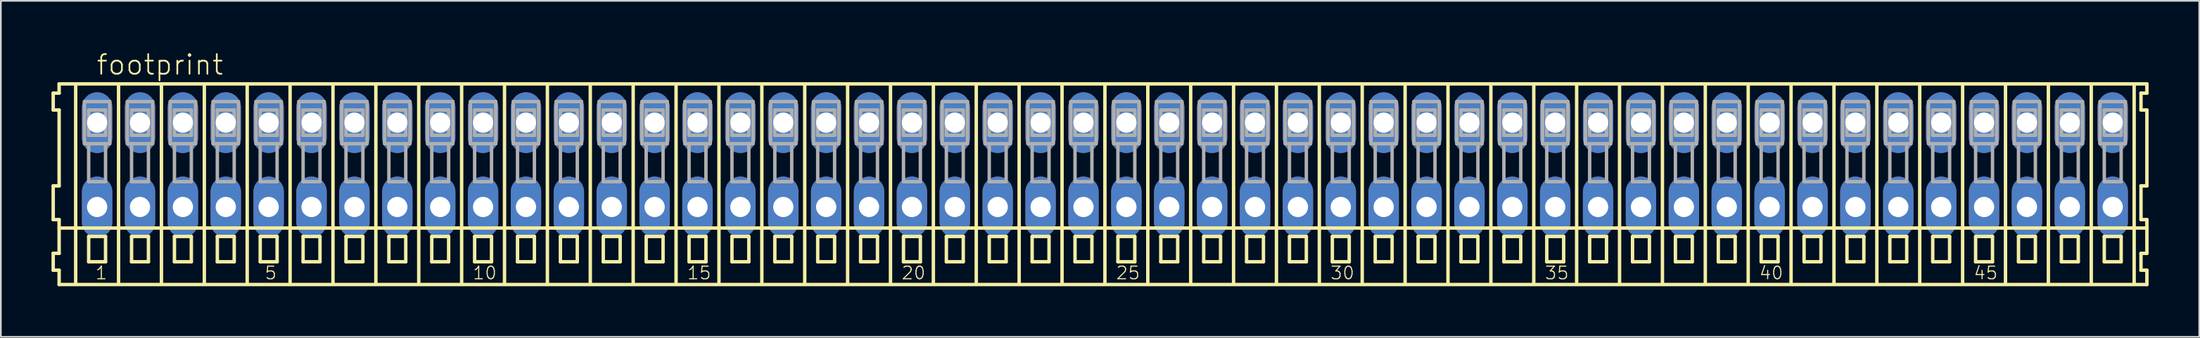
<source format=kicad_pcb>
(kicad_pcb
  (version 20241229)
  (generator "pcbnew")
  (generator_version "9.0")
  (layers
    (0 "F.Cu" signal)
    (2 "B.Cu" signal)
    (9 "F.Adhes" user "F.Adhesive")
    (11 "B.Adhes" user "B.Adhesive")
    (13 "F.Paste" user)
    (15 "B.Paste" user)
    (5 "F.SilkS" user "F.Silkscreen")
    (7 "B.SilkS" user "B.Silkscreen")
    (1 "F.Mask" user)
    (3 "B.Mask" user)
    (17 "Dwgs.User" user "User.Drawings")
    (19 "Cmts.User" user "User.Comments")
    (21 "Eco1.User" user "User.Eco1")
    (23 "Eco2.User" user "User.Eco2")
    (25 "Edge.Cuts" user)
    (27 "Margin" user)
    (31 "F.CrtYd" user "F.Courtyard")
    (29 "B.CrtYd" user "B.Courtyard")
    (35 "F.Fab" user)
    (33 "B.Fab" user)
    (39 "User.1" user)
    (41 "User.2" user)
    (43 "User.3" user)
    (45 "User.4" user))
  (footprint "footprint"
    (layer "F.Cu")
    (at 62.392 6.723)
    (property "Reference" "footprint" (at -59.79 -5.25 0) (layer "F.SilkS") (effects (font (size 1.168 1.168) (thickness 0.102)) (justify left bottom)))
    (fp_line (start -62.29 -4.25) (end -62.29 -3.25) (stroke (width 0.203) (type solid)) (layer "F.SilkS"))
    (fp_line (start -62.29 -3.25) (end -61.94 -3.25) (stroke (width 0.203) (type solid)) (layer "F.SilkS"))
    (fp_line (start -62.29 1.25) (end -62.29 3.25) (stroke (width 0.203) (type solid)) (layer "F.SilkS"))
    (fp_line (start -62.29 3.25) (end -61.94 3.25) (stroke (width 0.203) (type solid)) (layer "F.SilkS"))
    (fp_line (start -62.29 5.25) (end -62.29 6.25) (stroke (width 0.203) (type solid)) (layer "F.SilkS"))
    (fp_line (start -62.29 6.25) (end -61.94 6.25) (stroke (width 0.203) (type solid)) (layer "F.SilkS"))
    (fp_line (start -61.94 -4.8) (end -61.94 -4.25) (stroke (width 0.203) (type solid)) (layer "F.SilkS"))
    (fp_line (start -61.94 -4.25) (end -62.29 -4.25) (stroke (width 0.203) (type solid)) (layer "F.SilkS"))
    (fp_line (start -61.94 -3.25) (end -61.94 1.25) (stroke (width 0.203) (type solid)) (layer "F.SilkS"))
    (fp_line (start -61.94 1.25) (end -62.29 1.25) (stroke (width 0.203) (type solid)) (layer "F.SilkS"))
    (fp_line (start -61.94 3.25) (end -61.94 5.25) (stroke (width 0.203) (type solid)) (layer "F.SilkS"))
    (fp_line (start -61.94 3.75) (end 61.715 3.75) (stroke (width 0.203) (type solid)) (layer "F.SilkS"))
    (fp_line (start -61.94 5.25) (end -62.29 5.25) (stroke (width 0.203) (type solid)) (layer "F.SilkS"))
    (fp_line (start -61.94 6.25) (end -61.94 7.1) (stroke (width 0.203) (type solid)) (layer "F.SilkS"))
    (fp_line (start -61.94 7.1) (end 61.715 7.1) (stroke (width 0.203) (type solid)) (layer "F.SilkS"))
    (fp_line (start -60.96 6.985) (end -60.96 -4.699) (stroke (width 0.203) (type solid)) (layer "F.SilkS"))
    (fp_line (start -60.19 4.25) (end -60.19 5.75) (stroke (width 0.203) (type solid)) (layer "F.SilkS"))
    (fp_line (start -60.19 5.75) (end -59.19 5.75) (stroke (width 0.203) (type solid)) (layer "F.SilkS"))
    (fp_line (start -59.19 4.25) (end -60.19 4.25) (stroke (width 0.203) (type solid)) (layer "F.SilkS"))
    (fp_line (start -59.19 5.75) (end -59.19 4.25) (stroke (width 0.203) (type solid)) (layer "F.SilkS"))
    (fp_line (start -58.42 6.985) (end -58.42 -4.699) (stroke (width 0.203) (type solid)) (layer "F.SilkS"))
    (fp_line (start -57.65 4.25) (end -57.65 5.75) (stroke (width 0.203) (type solid)) (layer "F.SilkS"))
    (fp_line (start -57.65 5.75) (end -56.65 5.75) (stroke (width 0.203) (type solid)) (layer "F.SilkS"))
    (fp_line (start -56.65 4.25) (end -57.65 4.25) (stroke (width 0.203) (type solid)) (layer "F.SilkS"))
    (fp_line (start -56.65 5.75) (end -56.65 4.25) (stroke (width 0.203) (type solid)) (layer "F.SilkS"))
    (fp_line (start -55.88 6.985) (end -55.88 -4.699) (stroke (width 0.203) (type solid)) (layer "F.SilkS"))
    (fp_line (start -55.11 4.25) (end -55.11 5.75) (stroke (width 0.203) (type solid)) (layer "F.SilkS"))
    (fp_line (start -55.11 5.75) (end -54.11 5.75) (stroke (width 0.203) (type solid)) (layer "F.SilkS"))
    (fp_line (start -54.11 4.25) (end -55.11 4.25) (stroke (width 0.203) (type solid)) (layer "F.SilkS"))
    (fp_line (start -54.11 5.75) (end -54.11 4.25) (stroke (width 0.203) (type solid)) (layer "F.SilkS"))
    (fp_line (start -53.34 6.985) (end -53.34 -4.699) (stroke (width 0.203) (type solid)) (layer "F.SilkS"))
    (fp_line (start -52.57 4.25) (end -52.57 5.75) (stroke (width 0.203) (type solid)) (layer "F.SilkS"))
    (fp_line (start -52.57 5.75) (end -51.57 5.75) (stroke (width 0.203) (type solid)) (layer "F.SilkS"))
    (fp_line (start -51.57 4.25) (end -52.57 4.25) (stroke (width 0.203) (type solid)) (layer "F.SilkS"))
    (fp_line (start -51.57 5.75) (end -51.57 4.25) (stroke (width 0.203) (type solid)) (layer "F.SilkS"))
    (fp_line (start -50.8 6.985) (end -50.8 -4.699) (stroke (width 0.203) (type solid)) (layer "F.SilkS"))
    (fp_line (start -50.03 4.25) (end -50.03 5.75) (stroke (width 0.203) (type solid)) (layer "F.SilkS"))
    (fp_line (start -50.03 5.75) (end -49.03 5.75) (stroke (width 0.203) (type solid)) (layer "F.SilkS"))
    (fp_line (start -49.03 4.25) (end -50.03 4.25) (stroke (width 0.203) (type solid)) (layer "F.SilkS"))
    (fp_line (start -49.03 5.75) (end -49.03 4.25) (stroke (width 0.203) (type solid)) (layer "F.SilkS"))
    (fp_line (start -48.26 6.985) (end -48.26 -4.699) (stroke (width 0.203) (type solid)) (layer "F.SilkS"))
    (fp_line (start -47.49 4.25) (end -47.49 5.75) (stroke (width 0.203) (type solid)) (layer "F.SilkS"))
    (fp_line (start -47.49 5.75) (end -46.49 5.75) (stroke (width 0.203) (type solid)) (layer "F.SilkS"))
    (fp_line (start -46.49 4.25) (end -47.49 4.25) (stroke (width 0.203) (type solid)) (layer "F.SilkS"))
    (fp_line (start -46.49 5.75) (end -46.49 4.25) (stroke (width 0.203) (type solid)) (layer "F.SilkS"))
    (fp_line (start -45.72 6.985) (end -45.72 -4.699) (stroke (width 0.203) (type solid)) (layer "F.SilkS"))
    (fp_line (start -44.95 4.25) (end -44.95 5.75) (stroke (width 0.203) (type solid)) (layer "F.SilkS"))
    (fp_line (start -44.95 5.75) (end -43.95 5.75) (stroke (width 0.203) (type solid)) (layer "F.SilkS"))
    (fp_line (start -43.95 4.25) (end -44.95 4.25) (stroke (width 0.203) (type solid)) (layer "F.SilkS"))
    (fp_line (start -43.95 5.75) (end -43.95 4.25) (stroke (width 0.203) (type solid)) (layer "F.SilkS"))
    (fp_line (start -43.18 6.985) (end -43.18 -4.699) (stroke (width 0.203) (type solid)) (layer "F.SilkS"))
    (fp_line (start -42.41 4.25) (end -42.41 5.75) (stroke (width 0.203) (type solid)) (layer "F.SilkS"))
    (fp_line (start -42.41 5.75) (end -41.41 5.75) (stroke (width 0.203) (type solid)) (layer "F.SilkS"))
    (fp_line (start -41.41 4.25) (end -42.41 4.25) (stroke (width 0.203) (type solid)) (layer "F.SilkS"))
    (fp_line (start -41.41 5.75) (end -41.41 4.25) (stroke (width 0.203) (type solid)) (layer "F.SilkS"))
    (fp_line (start -40.64 6.985) (end -40.64 -4.699) (stroke (width 0.203) (type solid)) (layer "F.SilkS"))
    (fp_line (start -39.87 4.25) (end -39.87 5.75) (stroke (width 0.203) (type solid)) (layer "F.SilkS"))
    (fp_line (start -39.87 5.75) (end -38.87 5.75) (stroke (width 0.203) (type solid)) (layer "F.SilkS"))
    (fp_line (start -38.87 4.25) (end -39.87 4.25) (stroke (width 0.203) (type solid)) (layer "F.SilkS"))
    (fp_line (start -38.87 5.75) (end -38.87 4.25) (stroke (width 0.203) (type solid)) (layer "F.SilkS"))
    (fp_line (start -38.1 6.985) (end -38.1 -4.699) (stroke (width 0.203) (type solid)) (layer "F.SilkS"))
    (fp_line (start -37.33 4.25) (end -37.33 5.75) (stroke (width 0.203) (type solid)) (layer "F.SilkS"))
    (fp_line (start -37.33 5.75) (end -36.33 5.75) (stroke (width 0.203) (type solid)) (layer "F.SilkS"))
    (fp_line (start -36.33 4.25) (end -37.33 4.25) (stroke (width 0.203) (type solid)) (layer "F.SilkS"))
    (fp_line (start -36.33 5.75) (end -36.33 4.25) (stroke (width 0.203) (type solid)) (layer "F.SilkS"))
    (fp_line (start -35.56 6.985) (end -35.56 -4.699) (stroke (width 0.203) (type solid)) (layer "F.SilkS"))
    (fp_line (start -34.79 4.25) (end -34.79 5.75) (stroke (width 0.203) (type solid)) (layer "F.SilkS"))
    (fp_line (start -34.79 5.75) (end -33.79 5.75) (stroke (width 0.203) (type solid)) (layer "F.SilkS"))
    (fp_line (start -33.79 4.25) (end -34.79 4.25) (stroke (width 0.203) (type solid)) (layer "F.SilkS"))
    (fp_line (start -33.79 5.75) (end -33.79 4.25) (stroke (width 0.203) (type solid)) (layer "F.SilkS"))
    (fp_line (start -33.02 6.985) (end -33.02 -4.699) (stroke (width 0.203) (type solid)) (layer "F.SilkS"))
    (fp_line (start -32.25 4.25) (end -32.25 5.75) (stroke (width 0.203) (type solid)) (layer "F.SilkS"))
    (fp_line (start -32.25 5.75) (end -31.25 5.75) (stroke (width 0.203) (type solid)) (layer "F.SilkS"))
    (fp_line (start -31.25 4.25) (end -32.25 4.25) (stroke (width 0.203) (type solid)) (layer "F.SilkS"))
    (fp_line (start -31.25 5.75) (end -31.25 4.25) (stroke (width 0.203) (type solid)) (layer "F.SilkS"))
    (fp_line (start -30.48 6.985) (end -30.48 -4.699) (stroke (width 0.203) (type solid)) (layer "F.SilkS"))
    (fp_line (start -29.71 4.25) (end -29.71 5.75) (stroke (width 0.203) (type solid)) (layer "F.SilkS"))
    (fp_line (start -29.71 5.75) (end -28.71 5.75) (stroke (width 0.203) (type solid)) (layer "F.SilkS"))
    (fp_line (start -28.71 4.25) (end -29.71 4.25) (stroke (width 0.203) (type solid)) (layer "F.SilkS"))
    (fp_line (start -28.71 5.75) (end -28.71 4.25) (stroke (width 0.203) (type solid)) (layer "F.SilkS"))
    (fp_line (start -27.94 6.985) (end -27.94 -4.699) (stroke (width 0.203) (type solid)) (layer "F.SilkS"))
    (fp_line (start -27.17 4.25) (end -27.17 5.75) (stroke (width 0.203) (type solid)) (layer "F.SilkS"))
    (fp_line (start -27.17 5.75) (end -26.17 5.75) (stroke (width 0.203) (type solid)) (layer "F.SilkS"))
    (fp_line (start -26.17 4.25) (end -27.17 4.25) (stroke (width 0.203) (type solid)) (layer "F.SilkS"))
    (fp_line (start -26.17 5.75) (end -26.17 4.25) (stroke (width 0.203) (type solid)) (layer "F.SilkS"))
    (fp_line (start -25.4 6.985) (end -25.4 -4.699) (stroke (width 0.203) (type solid)) (layer "F.SilkS"))
    (fp_line (start -24.63 4.25) (end -24.63 5.75) (stroke (width 0.203) (type solid)) (layer "F.SilkS"))
    (fp_line (start -24.63 5.75) (end -23.63 5.75) (stroke (width 0.203) (type solid)) (layer "F.SilkS"))
    (fp_line (start -23.63 4.25) (end -24.63 4.25) (stroke (width 0.203) (type solid)) (layer "F.SilkS"))
    (fp_line (start -23.63 5.75) (end -23.63 4.25) (stroke (width 0.203) (type solid)) (layer "F.SilkS"))
    (fp_line (start -22.86 6.985) (end -22.86 -4.699) (stroke (width 0.203) (type solid)) (layer "F.SilkS"))
    (fp_line (start -22.09 4.25) (end -22.09 5.75) (stroke (width 0.203) (type solid)) (layer "F.SilkS"))
    (fp_line (start -22.09 5.75) (end -21.09 5.75) (stroke (width 0.203) (type solid)) (layer "F.SilkS"))
    (fp_line (start -21.09 4.25) (end -22.09 4.25) (stroke (width 0.203) (type solid)) (layer "F.SilkS"))
    (fp_line (start -21.09 5.75) (end -21.09 4.25) (stroke (width 0.203) (type solid)) (layer "F.SilkS"))
    (fp_line (start -20.32 6.985) (end -20.32 -4.699) (stroke (width 0.203) (type solid)) (layer "F.SilkS"))
    (fp_line (start -19.55 4.25) (end -19.55 5.75) (stroke (width 0.203) (type solid)) (layer "F.SilkS"))
    (fp_line (start -19.55 5.75) (end -18.55 5.75) (stroke (width 0.203) (type solid)) (layer "F.SilkS"))
    (fp_line (start -18.55 4.25) (end -19.55 4.25) (stroke (width 0.203) (type solid)) (layer "F.SilkS"))
    (fp_line (start -18.55 5.75) (end -18.55 4.25) (stroke (width 0.203) (type solid)) (layer "F.SilkS"))
    (fp_line (start -17.78 6.985) (end -17.78 -4.699) (stroke (width 0.203) (type solid)) (layer "F.SilkS"))
    (fp_line (start -17.01 4.25) (end -17.01 5.75) (stroke (width 0.203) (type solid)) (layer "F.SilkS"))
    (fp_line (start -17.01 5.75) (end -16.01 5.75) (stroke (width 0.203) (type solid)) (layer "F.SilkS"))
    (fp_line (start -16.01 4.25) (end -17.01 4.25) (stroke (width 0.203) (type solid)) (layer "F.SilkS"))
    (fp_line (start -16.01 5.75) (end -16.01 4.25) (stroke (width 0.203) (type solid)) (layer "F.SilkS"))
    (fp_line (start -15.24 6.985) (end -15.24 -4.699) (stroke (width 0.203) (type solid)) (layer "F.SilkS"))
    (fp_line (start -14.47 4.25) (end -14.47 5.75) (stroke (width 0.203) (type solid)) (layer "F.SilkS"))
    (fp_line (start -14.47 5.75) (end -13.47 5.75) (stroke (width 0.203) (type solid)) (layer "F.SilkS"))
    (fp_line (start -13.47 4.25) (end -14.47 4.25) (stroke (width 0.203) (type solid)) (layer "F.SilkS"))
    (fp_line (start -13.47 5.75) (end -13.47 4.25) (stroke (width 0.203) (type solid)) (layer "F.SilkS"))
    (fp_line (start -12.7 6.985) (end -12.7 -4.699) (stroke (width 0.203) (type solid)) (layer "F.SilkS"))
    (fp_line (start -11.93 4.25) (end -11.93 5.75) (stroke (width 0.203) (type solid)) (layer "F.SilkS"))
    (fp_line (start -11.93 5.75) (end -10.93 5.75) (stroke (width 0.203) (type solid)) (layer "F.SilkS"))
    (fp_line (start -10.93 4.25) (end -11.93 4.25) (stroke (width 0.203) (type solid)) (layer "F.SilkS"))
    (fp_line (start -10.93 5.75) (end -10.93 4.25) (stroke (width 0.203) (type solid)) (layer "F.SilkS"))
    (fp_line (start -10.16 6.985) (end -10.16 -4.699) (stroke (width 0.203) (type solid)) (layer "F.SilkS"))
    (fp_line (start -9.39 4.25) (end -9.39 5.75) (stroke (width 0.203) (type solid)) (layer "F.SilkS"))
    (fp_line (start -9.39 5.75) (end -8.39 5.75) (stroke (width 0.203) (type solid)) (layer "F.SilkS"))
    (fp_line (start -8.39 4.25) (end -9.39 4.25) (stroke (width 0.203) (type solid)) (layer "F.SilkS"))
    (fp_line (start -8.39 5.75) (end -8.39 4.25) (stroke (width 0.203) (type solid)) (layer "F.SilkS"))
    (fp_line (start -7.62 6.985) (end -7.62 -4.699) (stroke (width 0.203) (type solid)) (layer "F.SilkS"))
    (fp_line (start -6.85 4.25) (end -6.85 5.75) (stroke (width 0.203) (type solid)) (layer "F.SilkS"))
    (fp_line (start -6.85 5.75) (end -5.85 5.75) (stroke (width 0.203) (type solid)) (layer "F.SilkS"))
    (fp_line (start -5.85 4.25) (end -6.85 4.25) (stroke (width 0.203) (type solid)) (layer "F.SilkS"))
    (fp_line (start -5.85 5.75) (end -5.85 4.25) (stroke (width 0.203) (type solid)) (layer "F.SilkS"))
    (fp_line (start -5.08 6.985) (end -5.08 -4.699) (stroke (width 0.203) (type solid)) (layer "F.SilkS"))
    (fp_line (start -4.31 4.25) (end -4.31 5.75) (stroke (width 0.203) (type solid)) (layer "F.SilkS"))
    (fp_line (start -4.31 5.75) (end -3.31 5.75) (stroke (width 0.203) (type solid)) (layer "F.SilkS"))
    (fp_line (start -3.31 4.25) (end -4.31 4.25) (stroke (width 0.203) (type solid)) (layer "F.SilkS"))
    (fp_line (start -3.31 5.75) (end -3.31 4.25) (stroke (width 0.203) (type solid)) (layer "F.SilkS"))
    (fp_line (start -2.54 6.985) (end -2.54 -4.699) (stroke (width 0.203) (type solid)) (layer "F.SilkS"))
    (fp_line (start -1.77 4.25) (end -1.77 5.75) (stroke (width 0.203) (type solid)) (layer "F.SilkS"))
    (fp_line (start -1.77 5.75) (end -0.77 5.75) (stroke (width 0.203) (type solid)) (layer "F.SilkS"))
    (fp_line (start -0.77 4.25) (end -1.77 4.25) (stroke (width 0.203) (type solid)) (layer "F.SilkS"))
    (fp_line (start -0.77 5.75) (end -0.77 4.25) (stroke (width 0.203) (type solid)) (layer "F.SilkS"))
    (fp_line (start 0 6.985) (end 0 -4.699) (stroke (width 0.203) (type solid)) (layer "F.SilkS"))
    (fp_line (start 0.77 4.25) (end 0.77 5.75) (stroke (width 0.203) (type solid)) (layer "F.SilkS"))
    (fp_line (start 0.77 5.75) (end 1.77 5.75) (stroke (width 0.203) (type solid)) (layer "F.SilkS"))
    (fp_line (start 1.77 4.25) (end 0.77 4.25) (stroke (width 0.203) (type solid)) (layer "F.SilkS"))
    (fp_line (start 1.77 5.75) (end 1.77 4.25) (stroke (width 0.203) (type solid)) (layer "F.SilkS"))
    (fp_line (start 2.54 6.985) (end 2.54 -4.699) (stroke (width 0.203) (type solid)) (layer "F.SilkS"))
    (fp_line (start 3.31 4.25) (end 3.31 5.75) (stroke (width 0.203) (type solid)) (layer "F.SilkS"))
    (fp_line (start 3.31 5.75) (end 4.31 5.75) (stroke (width 0.203) (type solid)) (layer "F.SilkS"))
    (fp_line (start 4.31 4.25) (end 3.31 4.25) (stroke (width 0.203) (type solid)) (layer "F.SilkS"))
    (fp_line (start 4.31 5.75) (end 4.31 4.25) (stroke (width 0.203) (type solid)) (layer "F.SilkS"))
    (fp_line (start 5.08 6.985) (end 5.08 -4.699) (stroke (width 0.203) (type solid)) (layer "F.SilkS"))
    (fp_line (start 5.85 4.25) (end 5.85 5.75) (stroke (width 0.203) (type solid)) (layer "F.SilkS"))
    (fp_line (start 5.85 5.75) (end 6.85 5.75) (stroke (width 0.203) (type solid)) (layer "F.SilkS"))
    (fp_line (start 6.85 4.25) (end 5.85 4.25) (stroke (width 0.203) (type solid)) (layer "F.SilkS"))
    (fp_line (start 6.85 5.75) (end 6.85 4.25) (stroke (width 0.203) (type solid)) (layer "F.SilkS"))
    (fp_line (start 7.62 6.985) (end 7.62 -4.699) (stroke (width 0.203) (type solid)) (layer "F.SilkS"))
    (fp_line (start 8.39 4.25) (end 8.39 5.75) (stroke (width 0.203) (type solid)) (layer "F.SilkS"))
    (fp_line (start 8.39 5.75) (end 9.39 5.75) (stroke (width 0.203) (type solid)) (layer "F.SilkS"))
    (fp_line (start 9.39 4.25) (end 8.39 4.25) (stroke (width 0.203) (type solid)) (layer "F.SilkS"))
    (fp_line (start 9.39 5.75) (end 9.39 4.25) (stroke (width 0.203) (type solid)) (layer "F.SilkS"))
    (fp_line (start 10.16 6.985) (end 10.16 -4.699) (stroke (width 0.203) (type solid)) (layer "F.SilkS"))
    (fp_line (start 10.93 4.25) (end 10.93 5.75) (stroke (width 0.203) (type solid)) (layer "F.SilkS"))
    (fp_line (start 10.93 5.75) (end 11.93 5.75) (stroke (width 0.203) (type solid)) (layer "F.SilkS"))
    (fp_line (start 11.93 4.25) (end 10.93 4.25) (stroke (width 0.203) (type solid)) (layer "F.SilkS"))
    (fp_line (start 11.93 5.75) (end 11.93 4.25) (stroke (width 0.203) (type solid)) (layer "F.SilkS"))
    (fp_line (start 12.7 6.985) (end 12.7 -4.699) (stroke (width 0.203) (type solid)) (layer "F.SilkS"))
    (fp_line (start 13.47 4.25) (end 13.47 5.75) (stroke (width 0.203) (type solid)) (layer "F.SilkS"))
    (fp_line (start 13.47 5.75) (end 14.47 5.75) (stroke (width 0.203) (type solid)) (layer "F.SilkS"))
    (fp_line (start 14.47 4.25) (end 13.47 4.25) (stroke (width 0.203) (type solid)) (layer "F.SilkS"))
    (fp_line (start 14.47 5.75) (end 14.47 4.25) (stroke (width 0.203) (type solid)) (layer "F.SilkS"))
    (fp_line (start 15.24 6.985) (end 15.24 -4.699) (stroke (width 0.203) (type solid)) (layer "F.SilkS"))
    (fp_line (start 16.01 4.25) (end 16.01 5.75) (stroke (width 0.203) (type solid)) (layer "F.SilkS"))
    (fp_line (start 16.01 5.75) (end 17.01 5.75) (stroke (width 0.203) (type solid)) (layer "F.SilkS"))
    (fp_line (start 17.01 4.25) (end 16.01 4.25) (stroke (width 0.203) (type solid)) (layer "F.SilkS"))
    (fp_line (start 17.01 5.75) (end 17.01 4.25) (stroke (width 0.203) (type solid)) (layer "F.SilkS"))
    (fp_line (start 17.78 6.985) (end 17.78 -4.699) (stroke (width 0.203) (type solid)) (layer "F.SilkS"))
    (fp_line (start 18.55 4.25) (end 18.55 5.75) (stroke (width 0.203) (type solid)) (layer "F.SilkS"))
    (fp_line (start 18.55 5.75) (end 19.55 5.75) (stroke (width 0.203) (type solid)) (layer "F.SilkS"))
    (fp_line (start 19.55 4.25) (end 18.55 4.25) (stroke (width 0.203) (type solid)) (layer "F.SilkS"))
    (fp_line (start 19.55 5.75) (end 19.55 4.25) (stroke (width 0.203) (type solid)) (layer "F.SilkS"))
    (fp_line (start 20.32 6.985) (end 20.32 -4.699) (stroke (width 0.203) (type solid)) (layer "F.SilkS"))
    (fp_line (start 21.09 4.25) (end 21.09 5.75) (stroke (width 0.203) (type solid)) (layer "F.SilkS"))
    (fp_line (start 21.09 5.75) (end 22.09 5.75) (stroke (width 0.203) (type solid)) (layer "F.SilkS"))
    (fp_line (start 22.09 4.25) (end 21.09 4.25) (stroke (width 0.203) (type solid)) (layer "F.SilkS"))
    (fp_line (start 22.09 5.75) (end 22.09 4.25) (stroke (width 0.203) (type solid)) (layer "F.SilkS"))
    (fp_line (start 22.86 6.985) (end 22.86 -4.699) (stroke (width 0.203) (type solid)) (layer "F.SilkS"))
    (fp_line (start 23.63 4.25) (end 23.63 5.75) (stroke (width 0.203) (type solid)) (layer "F.SilkS"))
    (fp_line (start 23.63 5.75) (end 24.63 5.75) (stroke (width 0.203) (type solid)) (layer "F.SilkS"))
    (fp_line (start 24.63 4.25) (end 23.63 4.25) (stroke (width 0.203) (type solid)) (layer "F.SilkS"))
    (fp_line (start 24.63 5.75) (end 24.63 4.25) (stroke (width 0.203) (type solid)) (layer "F.SilkS"))
    (fp_line (start 25.4 6.985) (end 25.4 -4.699) (stroke (width 0.203) (type solid)) (layer "F.SilkS"))
    (fp_line (start 26.17 4.25) (end 26.17 5.75) (stroke (width 0.203) (type solid)) (layer "F.SilkS"))
    (fp_line (start 26.17 5.75) (end 27.17 5.75) (stroke (width 0.203) (type solid)) (layer "F.SilkS"))
    (fp_line (start 27.17 4.25) (end 26.17 4.25) (stroke (width 0.203) (type solid)) (layer "F.SilkS"))
    (fp_line (start 27.17 5.75) (end 27.17 4.25) (stroke (width 0.203) (type solid)) (layer "F.SilkS"))
    (fp_line (start 27.94 6.985) (end 27.94 -4.699) (stroke (width 0.203) (type solid)) (layer "F.SilkS"))
    (fp_line (start 28.71 4.25) (end 28.71 5.75) (stroke (width 0.203) (type solid)) (layer "F.SilkS"))
    (fp_line (start 28.71 5.75) (end 29.71 5.75) (stroke (width 0.203) (type solid)) (layer "F.SilkS"))
    (fp_line (start 29.71 4.25) (end 28.71 4.25) (stroke (width 0.203) (type solid)) (layer "F.SilkS"))
    (fp_line (start 29.71 5.75) (end 29.71 4.25) (stroke (width 0.203) (type solid)) (layer "F.SilkS"))
    (fp_line (start 30.48 6.985) (end 30.48 -4.699) (stroke (width 0.203) (type solid)) (layer "F.SilkS"))
    (fp_line (start 31.25 4.25) (end 31.25 5.75) (stroke (width 0.203) (type solid)) (layer "F.SilkS"))
    (fp_line (start 31.25 5.75) (end 32.25 5.75) (stroke (width 0.203) (type solid)) (layer "F.SilkS"))
    (fp_line (start 32.25 4.25) (end 31.25 4.25) (stroke (width 0.203) (type solid)) (layer "F.SilkS"))
    (fp_line (start 32.25 5.75) (end 32.25 4.25) (stroke (width 0.203) (type solid)) (layer "F.SilkS"))
    (fp_line (start 33.02 6.985) (end 33.02 -4.699) (stroke (width 0.203) (type solid)) (layer "F.SilkS"))
    (fp_line (start 33.79 4.25) (end 33.79 5.75) (stroke (width 0.203) (type solid)) (layer "F.SilkS"))
    (fp_line (start 33.79 5.75) (end 34.79 5.75) (stroke (width 0.203) (type solid)) (layer "F.SilkS"))
    (fp_line (start 34.79 4.25) (end 33.79 4.25) (stroke (width 0.203) (type solid)) (layer "F.SilkS"))
    (fp_line (start 34.79 5.75) (end 34.79 4.25) (stroke (width 0.203) (type solid)) (layer "F.SilkS"))
    (fp_line (start 35.56 6.985) (end 35.56 -4.699) (stroke (width 0.203) (type solid)) (layer "F.SilkS"))
    (fp_line (start 36.33 4.25) (end 36.33 5.75) (stroke (width 0.203) (type solid)) (layer "F.SilkS"))
    (fp_line (start 36.33 5.75) (end 37.33 5.75) (stroke (width 0.203) (type solid)) (layer "F.SilkS"))
    (fp_line (start 37.33 4.25) (end 36.33 4.25) (stroke (width 0.203) (type solid)) (layer "F.SilkS"))
    (fp_line (start 37.33 5.75) (end 37.33 4.25) (stroke (width 0.203) (type solid)) (layer "F.SilkS"))
    (fp_line (start 38.1 6.985) (end 38.1 -4.699) (stroke (width 0.203) (type solid)) (layer "F.SilkS"))
    (fp_line (start 38.87 4.25) (end 38.87 5.75) (stroke (width 0.203) (type solid)) (layer "F.SilkS"))
    (fp_line (start 38.87 5.75) (end 39.87 5.75) (stroke (width 0.203) (type solid)) (layer "F.SilkS"))
    (fp_line (start 39.87 4.25) (end 38.87 4.25) (stroke (width 0.203) (type solid)) (layer "F.SilkS"))
    (fp_line (start 39.87 5.75) (end 39.87 4.25) (stroke (width 0.203) (type solid)) (layer "F.SilkS"))
    (fp_line (start 40.64 6.985) (end 40.64 -4.699) (stroke (width 0.203) (type solid)) (layer "F.SilkS"))
    (fp_line (start 41.41 4.25) (end 41.41 5.75) (stroke (width 0.203) (type solid)) (layer "F.SilkS"))
    (fp_line (start 41.41 5.75) (end 42.41 5.75) (stroke (width 0.203) (type solid)) (layer "F.SilkS"))
    (fp_line (start 42.41 4.25) (end 41.41 4.25) (stroke (width 0.203) (type solid)) (layer "F.SilkS"))
    (fp_line (start 42.41 5.75) (end 42.41 4.25) (stroke (width 0.203) (type solid)) (layer "F.SilkS"))
    (fp_line (start 43.18 6.985) (end 43.18 -4.699) (stroke (width 0.203) (type solid)) (layer "F.SilkS"))
    (fp_line (start 43.95 4.25) (end 43.95 5.75) (stroke (width 0.203) (type solid)) (layer "F.SilkS"))
    (fp_line (start 43.95 5.75) (end 44.95 5.75) (stroke (width 0.203) (type solid)) (layer "F.SilkS"))
    (fp_line (start 44.95 4.25) (end 43.95 4.25) (stroke (width 0.203) (type solid)) (layer "F.SilkS"))
    (fp_line (start 44.95 5.75) (end 44.95 4.25) (stroke (width 0.203) (type solid)) (layer "F.SilkS"))
    (fp_line (start 45.72 6.985) (end 45.72 -4.699) (stroke (width 0.203) (type solid)) (layer "F.SilkS"))
    (fp_line (start 46.49 4.25) (end 46.49 5.75) (stroke (width 0.203) (type solid)) (layer "F.SilkS"))
    (fp_line (start 46.49 5.75) (end 47.49 5.75) (stroke (width 0.203) (type solid)) (layer "F.SilkS"))
    (fp_line (start 47.49 4.25) (end 46.49 4.25) (stroke (width 0.203) (type solid)) (layer "F.SilkS"))
    (fp_line (start 47.49 5.75) (end 47.49 4.25) (stroke (width 0.203) (type solid)) (layer "F.SilkS"))
    (fp_line (start 48.26 6.985) (end 48.26 -4.699) (stroke (width 0.203) (type solid)) (layer "F.SilkS"))
    (fp_line (start 49.03 4.25) (end 49.03 5.75) (stroke (width 0.203) (type solid)) (layer "F.SilkS"))
    (fp_line (start 49.03 5.75) (end 50.03 5.75) (stroke (width 0.203) (type solid)) (layer "F.SilkS"))
    (fp_line (start 50.03 4.25) (end 49.03 4.25) (stroke (width 0.203) (type solid)) (layer "F.SilkS"))
    (fp_line (start 50.03 5.75) (end 50.03 4.25) (stroke (width 0.203) (type solid)) (layer "F.SilkS"))
    (fp_line (start 50.8 6.985) (end 50.8 -4.699) (stroke (width 0.203) (type solid)) (layer "F.SilkS"))
    (fp_line (start 51.57 4.25) (end 51.57 5.75) (stroke (width 0.203) (type solid)) (layer "F.SilkS"))
    (fp_line (start 51.57 5.75) (end 52.57 5.75) (stroke (width 0.203) (type solid)) (layer "F.SilkS"))
    (fp_line (start 52.57 4.25) (end 51.57 4.25) (stroke (width 0.203) (type solid)) (layer "F.SilkS"))
    (fp_line (start 52.57 5.75) (end 52.57 4.25) (stroke (width 0.203) (type solid)) (layer "F.SilkS"))
    (fp_line (start 53.34 6.985) (end 53.34 -4.699) (stroke (width 0.203) (type solid)) (layer "F.SilkS"))
    (fp_line (start 54.11 4.25) (end 54.11 5.75) (stroke (width 0.203) (type solid)) (layer "F.SilkS"))
    (fp_line (start 54.11 5.75) (end 55.11 5.75) (stroke (width 0.203) (type solid)) (layer "F.SilkS"))
    (fp_line (start 55.11 4.25) (end 54.11 4.25) (stroke (width 0.203) (type solid)) (layer "F.SilkS"))
    (fp_line (start 55.11 5.75) (end 55.11 4.25) (stroke (width 0.203) (type solid)) (layer "F.SilkS"))
    (fp_line (start 55.88 6.985) (end 55.88 -4.699) (stroke (width 0.203) (type solid)) (layer "F.SilkS"))
    (fp_line (start 56.65 4.25) (end 56.65 5.75) (stroke (width 0.203) (type solid)) (layer "F.SilkS"))
    (fp_line (start 56.65 5.75) (end 57.65 5.75) (stroke (width 0.203) (type solid)) (layer "F.SilkS"))
    (fp_line (start 57.65 4.25) (end 56.65 4.25) (stroke (width 0.203) (type solid)) (layer "F.SilkS"))
    (fp_line (start 57.65 5.75) (end 57.65 4.25) (stroke (width 0.203) (type solid)) (layer "F.SilkS"))
    (fp_line (start 58.42 6.985) (end 58.42 -4.699) (stroke (width 0.203) (type solid)) (layer "F.SilkS"))
    (fp_line (start 59.19 4.25) (end 59.19 5.75) (stroke (width 0.203) (type solid)) (layer "F.SilkS"))
    (fp_line (start 59.19 5.75) (end 60.19 5.75) (stroke (width 0.203) (type solid)) (layer "F.SilkS"))
    (fp_line (start 60.19 4.25) (end 59.19 4.25) (stroke (width 0.203) (type solid)) (layer "F.SilkS"))
    (fp_line (start 60.19 5.75) (end 60.19 4.25) (stroke (width 0.203) (type solid)) (layer "F.SilkS"))
    (fp_line (start 60.96 6.985) (end 60.96 -4.699) (stroke (width 0.203) (type solid)) (layer "F.SilkS"))
    (fp_line (start 61.365 -4.25) (end 61.365 -3.25) (stroke (width 0.203) (type solid)) (layer "F.SilkS"))
    (fp_line (start 61.365 -3.25) (end 61.715 -3.25) (stroke (width 0.203) (type solid)) (layer "F.SilkS"))
    (fp_line (start 61.365 1.25) (end 61.365 3.25) (stroke (width 0.203) (type solid)) (layer "F.SilkS"))
    (fp_line (start 61.365 3.25) (end 61.715 3.25) (stroke (width 0.203) (type solid)) (layer "F.SilkS"))
    (fp_line (start 61.365 5.25) (end 61.365 6.25) (stroke (width 0.203) (type solid)) (layer "F.SilkS"))
    (fp_line (start 61.365 6.25) (end 61.715 6.25) (stroke (width 0.203) (type solid)) (layer "F.SilkS"))
    (fp_line (start 61.715 -4.8) (end -61.94 -4.8) (stroke (width 0.203) (type solid)) (layer "F.SilkS"))
    (fp_line (start 61.715 -4.25) (end 61.365 -4.25) (stroke (width 0.203) (type solid)) (layer "F.SilkS"))
    (fp_line (start 61.715 -4.25) (end 61.715 -4.8) (stroke (width 0.203) (type solid)) (layer "F.SilkS"))
    (fp_line (start 61.715 1.25) (end 61.365 1.25) (stroke (width 0.203) (type solid)) (layer "F.SilkS"))
    (fp_line (start 61.715 1.25) (end 61.715 -3.25) (stroke (width 0.203) (type solid)) (layer "F.SilkS"))
    (fp_line (start 61.715 3.75) (end 61.715 3.25) (stroke (width 0.203) (type solid)) (layer "F.SilkS"))
    (fp_line (start 61.715 5.25) (end 61.365 5.25) (stroke (width 0.203) (type solid)) (layer "F.SilkS"))
    (fp_line (start 61.715 5.25) (end 61.715 3.75) (stroke (width 0.203) (type solid)) (layer "F.SilkS"))
    (fp_line (start 61.715 7.1) (end 61.715 6.25) (stroke (width 0.203) (type solid)) (layer "F.SilkS"))
    (fp_line (start -60.44 -3.75) (end -60.44 -1.25) (stroke (width 0.203) (type solid)) (layer "F.Fab"))
    (fp_line (start -60.44 -1.25) (end -60.19 -1.25) (stroke (width 0.203) (type solid)) (layer "F.Fab"))
    (fp_line (start -60.19 -3.25) (end -60.19 -1.75) (stroke (width 0.203) (type solid)) (layer "F.Fab"))
    (fp_line (start -60.19 -1.75) (end -59.19 -1.75) (stroke (width 0.203) (type solid)) (layer "F.Fab"))
    (fp_line (start -60.19 -1.25) (end -60.19 1) (stroke (width 0.203) (type solid)) (layer "F.Fab"))
    (fp_line (start -60.19 -1.25) (end -59.19 -1.25) (stroke (width 0.203) (type solid)) (layer "F.Fab"))
    (fp_line (start -60.19 1) (end -59.19 1) (stroke (width 0.203) (type solid)) (layer "F.Fab"))
    (fp_line (start -59.19 -3.25) (end -60.19 -3.25) (stroke (width 0.203) (type solid)) (layer "F.Fab"))
    (fp_line (start -59.19 -1.75) (end -59.19 -3.25) (stroke (width 0.203) (type solid)) (layer "F.Fab"))
    (fp_line (start -59.19 -1.25) (end -58.94 -1.25) (stroke (width 0.203) (type solid)) (layer "F.Fab"))
    (fp_line (start -59.19 1) (end -59.19 -1.25) (stroke (width 0.203) (type solid)) (layer "F.Fab"))
    (fp_line (start -58.94 -3.75) (end -60.44 -3.75) (stroke (width 0.203) (type solid)) (layer "F.Fab"))
    (fp_line (start -58.94 -1.25) (end -58.94 -3.75) (stroke (width 0.203) (type solid)) (layer "F.Fab"))
    (fp_line (start -57.9 -3.75) (end -57.9 -1.25) (stroke (width 0.203) (type solid)) (layer "F.Fab"))
    (fp_line (start -57.9 -1.25) (end -57.65 -1.25) (stroke (width 0.203) (type solid)) (layer "F.Fab"))
    (fp_line (start -57.65 -3.25) (end -57.65 -1.75) (stroke (width 0.203) (type solid)) (layer "F.Fab"))
    (fp_line (start -57.65 -1.75) (end -56.65 -1.75) (stroke (width 0.203) (type solid)) (layer "F.Fab"))
    (fp_line (start -57.65 -1.25) (end -57.65 1) (stroke (width 0.203) (type solid)) (layer "F.Fab"))
    (fp_line (start -57.65 -1.25) (end -56.65 -1.25) (stroke (width 0.203) (type solid)) (layer "F.Fab"))
    (fp_line (start -57.65 1) (end -56.65 1) (stroke (width 0.203) (type solid)) (layer "F.Fab"))
    (fp_line (start -56.65 -3.25) (end -57.65 -3.25) (stroke (width 0.203) (type solid)) (layer "F.Fab"))
    (fp_line (start -56.65 -1.75) (end -56.65 -3.25) (stroke (width 0.203) (type solid)) (layer "F.Fab"))
    (fp_line (start -56.65 -1.25) (end -56.4 -1.25) (stroke (width 0.203) (type solid)) (layer "F.Fab"))
    (fp_line (start -56.65 1) (end -56.65 -1.25) (stroke (width 0.203) (type solid)) (layer "F.Fab"))
    (fp_line (start -56.4 -3.75) (end -57.9 -3.75) (stroke (width 0.203) (type solid)) (layer "F.Fab"))
    (fp_line (start -56.4 -1.25) (end -56.4 -3.75) (stroke (width 0.203) (type solid)) (layer "F.Fab"))
    (fp_line (start -55.36 -3.75) (end -55.36 -1.25) (stroke (width 0.203) (type solid)) (layer "F.Fab"))
    (fp_line (start -55.36 -1.25) (end -55.11 -1.25) (stroke (width 0.203) (type solid)) (layer "F.Fab"))
    (fp_line (start -55.11 -3.25) (end -55.11 -1.75) (stroke (width 0.203) (type solid)) (layer "F.Fab"))
    (fp_line (start -55.11 -1.75) (end -54.11 -1.75) (stroke (width 0.203) (type solid)) (layer "F.Fab"))
    (fp_line (start -55.11 -1.25) (end -55.11 1) (stroke (width 0.203) (type solid)) (layer "F.Fab"))
    (fp_line (start -55.11 -1.25) (end -54.11 -1.25) (stroke (width 0.203) (type solid)) (layer "F.Fab"))
    (fp_line (start -55.11 1) (end -54.11 1) (stroke (width 0.203) (type solid)) (layer "F.Fab"))
    (fp_line (start -54.11 -3.25) (end -55.11 -3.25) (stroke (width 0.203) (type solid)) (layer "F.Fab"))
    (fp_line (start -54.11 -1.75) (end -54.11 -3.25) (stroke (width 0.203) (type solid)) (layer "F.Fab"))
    (fp_line (start -54.11 -1.25) (end -53.86 -1.25) (stroke (width 0.203) (type solid)) (layer "F.Fab"))
    (fp_line (start -54.11 1) (end -54.11 -1.25) (stroke (width 0.203) (type solid)) (layer "F.Fab"))
    (fp_line (start -53.86 -3.75) (end -55.36 -3.75) (stroke (width 0.203) (type solid)) (layer "F.Fab"))
    (fp_line (start -53.86 -1.25) (end -53.86 -3.75) (stroke (width 0.203) (type solid)) (layer "F.Fab"))
    (fp_line (start -52.82 -3.75) (end -52.82 -1.25) (stroke (width 0.203) (type solid)) (layer "F.Fab"))
    (fp_line (start -52.82 -1.25) (end -52.57 -1.25) (stroke (width 0.203) (type solid)) (layer "F.Fab"))
    (fp_line (start -52.57 -3.25) (end -52.57 -1.75) (stroke (width 0.203) (type solid)) (layer "F.Fab"))
    (fp_line (start -52.57 -1.75) (end -51.57 -1.75) (stroke (width 0.203) (type solid)) (layer "F.Fab"))
    (fp_line (start -52.57 -1.25) (end -52.57 1) (stroke (width 0.203) (type solid)) (layer "F.Fab"))
    (fp_line (start -52.57 -1.25) (end -51.57 -1.25) (stroke (width 0.203) (type solid)) (layer "F.Fab"))
    (fp_line (start -52.57 1) (end -51.57 1) (stroke (width 0.203) (type solid)) (layer "F.Fab"))
    (fp_line (start -51.57 -3.25) (end -52.57 -3.25) (stroke (width 0.203) (type solid)) (layer "F.Fab"))
    (fp_line (start -51.57 -1.75) (end -51.57 -3.25) (stroke (width 0.203) (type solid)) (layer "F.Fab"))
    (fp_line (start -51.57 -1.25) (end -51.32 -1.25) (stroke (width 0.203) (type solid)) (layer "F.Fab"))
    (fp_line (start -51.57 1) (end -51.57 -1.25) (stroke (width 0.203) (type solid)) (layer "F.Fab"))
    (fp_line (start -51.32 -3.75) (end -52.82 -3.75) (stroke (width 0.203) (type solid)) (layer "F.Fab"))
    (fp_line (start -51.32 -1.25) (end -51.32 -3.75) (stroke (width 0.203) (type solid)) (layer "F.Fab"))
    (fp_line (start -50.28 -3.75) (end -50.28 -1.25) (stroke (width 0.203) (type solid)) (layer "F.Fab"))
    (fp_line (start -50.28 -1.25) (end -50.03 -1.25) (stroke (width 0.203) (type solid)) (layer "F.Fab"))
    (fp_line (start -50.03 -3.25) (end -50.03 -1.75) (stroke (width 0.203) (type solid)) (layer "F.Fab"))
    (fp_line (start -50.03 -1.75) (end -49.03 -1.75) (stroke (width 0.203) (type solid)) (layer "F.Fab"))
    (fp_line (start -50.03 -1.25) (end -50.03 1) (stroke (width 0.203) (type solid)) (layer "F.Fab"))
    (fp_line (start -50.03 -1.25) (end -49.03 -1.25) (stroke (width 0.203) (type solid)) (layer "F.Fab"))
    (fp_line (start -50.03 1) (end -49.03 1) (stroke (width 0.203) (type solid)) (layer "F.Fab"))
    (fp_line (start -49.03 -3.25) (end -50.03 -3.25) (stroke (width 0.203) (type solid)) (layer "F.Fab"))
    (fp_line (start -49.03 -1.75) (end -49.03 -3.25) (stroke (width 0.203) (type solid)) (layer "F.Fab"))
    (fp_line (start -49.03 -1.25) (end -48.78 -1.25) (stroke (width 0.203) (type solid)) (layer "F.Fab"))
    (fp_line (start -49.03 1) (end -49.03 -1.25) (stroke (width 0.203) (type solid)) (layer "F.Fab"))
    (fp_line (start -48.78 -3.75) (end -50.28 -3.75) (stroke (width 0.203) (type solid)) (layer "F.Fab"))
    (fp_line (start -48.78 -1.25) (end -48.78 -3.75) (stroke (width 0.203) (type solid)) (layer "F.Fab"))
    (fp_line (start -47.74 -3.75) (end -47.74 -1.25) (stroke (width 0.203) (type solid)) (layer "F.Fab"))
    (fp_line (start -47.74 -1.25) (end -47.49 -1.25) (stroke (width 0.203) (type solid)) (layer "F.Fab"))
    (fp_line (start -47.49 -3.25) (end -47.49 -1.75) (stroke (width 0.203) (type solid)) (layer "F.Fab"))
    (fp_line (start -47.49 -1.75) (end -46.49 -1.75) (stroke (width 0.203) (type solid)) (layer "F.Fab"))
    (fp_line (start -47.49 -1.25) (end -47.49 1) (stroke (width 0.203) (type solid)) (layer "F.Fab"))
    (fp_line (start -47.49 -1.25) (end -46.49 -1.25) (stroke (width 0.203) (type solid)) (layer "F.Fab"))
    (fp_line (start -47.49 1) (end -46.49 1) (stroke (width 0.203) (type solid)) (layer "F.Fab"))
    (fp_line (start -46.49 -3.25) (end -47.49 -3.25) (stroke (width 0.203) (type solid)) (layer "F.Fab"))
    (fp_line (start -46.49 -1.75) (end -46.49 -3.25) (stroke (width 0.203) (type solid)) (layer "F.Fab"))
    (fp_line (start -46.49 -1.25) (end -46.24 -1.25) (stroke (width 0.203) (type solid)) (layer "F.Fab"))
    (fp_line (start -46.49 1) (end -46.49 -1.25) (stroke (width 0.203) (type solid)) (layer "F.Fab"))
    (fp_line (start -46.24 -3.75) (end -47.74 -3.75) (stroke (width 0.203) (type solid)) (layer "F.Fab"))
    (fp_line (start -46.24 -1.25) (end -46.24 -3.75) (stroke (width 0.203) (type solid)) (layer "F.Fab"))
    (fp_line (start -45.2 -3.75) (end -45.2 -1.25) (stroke (width 0.203) (type solid)) (layer "F.Fab"))
    (fp_line (start -45.2 -1.25) (end -44.95 -1.25) (stroke (width 0.203) (type solid)) (layer "F.Fab"))
    (fp_line (start -44.95 -3.25) (end -44.95 -1.75) (stroke (width 0.203) (type solid)) (layer "F.Fab"))
    (fp_line (start -44.95 -1.75) (end -43.95 -1.75) (stroke (width 0.203) (type solid)) (layer "F.Fab"))
    (fp_line (start -44.95 -1.25) (end -44.95 1) (stroke (width 0.203) (type solid)) (layer "F.Fab"))
    (fp_line (start -44.95 -1.25) (end -43.95 -1.25) (stroke (width 0.203) (type solid)) (layer "F.Fab"))
    (fp_line (start -44.95 1) (end -43.95 1) (stroke (width 0.203) (type solid)) (layer "F.Fab"))
    (fp_line (start -43.95 -3.25) (end -44.95 -3.25) (stroke (width 0.203) (type solid)) (layer "F.Fab"))
    (fp_line (start -43.95 -1.75) (end -43.95 -3.25) (stroke (width 0.203) (type solid)) (layer "F.Fab"))
    (fp_line (start -43.95 -1.25) (end -43.7 -1.25) (stroke (width 0.203) (type solid)) (layer "F.Fab"))
    (fp_line (start -43.95 1) (end -43.95 -1.25) (stroke (width 0.203) (type solid)) (layer "F.Fab"))
    (fp_line (start -43.7 -3.75) (end -45.2 -3.75) (stroke (width 0.203) (type solid)) (layer "F.Fab"))
    (fp_line (start -43.7 -1.25) (end -43.7 -3.75) (stroke (width 0.203) (type solid)) (layer "F.Fab"))
    (fp_line (start -42.66 -3.75) (end -42.66 -1.25) (stroke (width 0.203) (type solid)) (layer "F.Fab"))
    (fp_line (start -42.66 -1.25) (end -42.41 -1.25) (stroke (width 0.203) (type solid)) (layer "F.Fab"))
    (fp_line (start -42.41 -3.25) (end -42.41 -1.75) (stroke (width 0.203) (type solid)) (layer "F.Fab"))
    (fp_line (start -42.41 -1.75) (end -41.41 -1.75) (stroke (width 0.203) (type solid)) (layer "F.Fab"))
    (fp_line (start -42.41 -1.25) (end -42.41 1) (stroke (width 0.203) (type solid)) (layer "F.Fab"))
    (fp_line (start -42.41 -1.25) (end -41.41 -1.25) (stroke (width 0.203) (type solid)) (layer "F.Fab"))
    (fp_line (start -42.41 1) (end -41.41 1) (stroke (width 0.203) (type solid)) (layer "F.Fab"))
    (fp_line (start -41.41 -3.25) (end -42.41 -3.25) (stroke (width 0.203) (type solid)) (layer "F.Fab"))
    (fp_line (start -41.41 -1.75) (end -41.41 -3.25) (stroke (width 0.203) (type solid)) (layer "F.Fab"))
    (fp_line (start -41.41 -1.25) (end -41.16 -1.25) (stroke (width 0.203) (type solid)) (layer "F.Fab"))
    (fp_line (start -41.41 1) (end -41.41 -1.25) (stroke (width 0.203) (type solid)) (layer "F.Fab"))
    (fp_line (start -41.16 -3.75) (end -42.66 -3.75) (stroke (width 0.203) (type solid)) (layer "F.Fab"))
    (fp_line (start -41.16 -1.25) (end -41.16 -3.75) (stroke (width 0.203) (type solid)) (layer "F.Fab"))
    (fp_line (start -40.12 -3.75) (end -40.12 -1.25) (stroke (width 0.203) (type solid)) (layer "F.Fab"))
    (fp_line (start -40.12 -1.25) (end -39.87 -1.25) (stroke (width 0.203) (type solid)) (layer "F.Fab"))
    (fp_line (start -39.87 -3.25) (end -39.87 -1.75) (stroke (width 0.203) (type solid)) (layer "F.Fab"))
    (fp_line (start -39.87 -1.75) (end -38.87 -1.75) (stroke (width 0.203) (type solid)) (layer "F.Fab"))
    (fp_line (start -39.87 -1.25) (end -39.87 1) (stroke (width 0.203) (type solid)) (layer "F.Fab"))
    (fp_line (start -39.87 -1.25) (end -38.87 -1.25) (stroke (width 0.203) (type solid)) (layer "F.Fab"))
    (fp_line (start -39.87 1) (end -38.87 1) (stroke (width 0.203) (type solid)) (layer "F.Fab"))
    (fp_line (start -38.87 -3.25) (end -39.87 -3.25) (stroke (width 0.203) (type solid)) (layer "F.Fab"))
    (fp_line (start -38.87 -1.75) (end -38.87 -3.25) (stroke (width 0.203) (type solid)) (layer "F.Fab"))
    (fp_line (start -38.87 -1.25) (end -38.62 -1.25) (stroke (width 0.203) (type solid)) (layer "F.Fab"))
    (fp_line (start -38.87 1) (end -38.87 -1.25) (stroke (width 0.203) (type solid)) (layer "F.Fab"))
    (fp_line (start -38.62 -3.75) (end -40.12 -3.75) (stroke (width 0.203) (type solid)) (layer "F.Fab"))
    (fp_line (start -38.62 -1.25) (end -38.62 -3.75) (stroke (width 0.203) (type solid)) (layer "F.Fab"))
    (fp_line (start -37.58 -3.75) (end -37.58 -1.25) (stroke (width 0.203) (type solid)) (layer "F.Fab"))
    (fp_line (start -37.58 -1.25) (end -37.33 -1.25) (stroke (width 0.203) (type solid)) (layer "F.Fab"))
    (fp_line (start -37.33 -3.25) (end -37.33 -1.75) (stroke (width 0.203) (type solid)) (layer "F.Fab"))
    (fp_line (start -37.33 -1.75) (end -36.33 -1.75) (stroke (width 0.203) (type solid)) (layer "F.Fab"))
    (fp_line (start -37.33 -1.25) (end -37.33 1) (stroke (width 0.203) (type solid)) (layer "F.Fab"))
    (fp_line (start -37.33 -1.25) (end -36.33 -1.25) (stroke (width 0.203) (type solid)) (layer "F.Fab"))
    (fp_line (start -37.33 1) (end -36.33 1) (stroke (width 0.203) (type solid)) (layer "F.Fab"))
    (fp_line (start -36.33 -3.25) (end -37.33 -3.25) (stroke (width 0.203) (type solid)) (layer "F.Fab"))
    (fp_line (start -36.33 -1.75) (end -36.33 -3.25) (stroke (width 0.203) (type solid)) (layer "F.Fab"))
    (fp_line (start -36.33 -1.25) (end -36.08 -1.25) (stroke (width 0.203) (type solid)) (layer "F.Fab"))
    (fp_line (start -36.33 1) (end -36.33 -1.25) (stroke (width 0.203) (type solid)) (layer "F.Fab"))
    (fp_line (start -36.08 -3.75) (end -37.58 -3.75) (stroke (width 0.203) (type solid)) (layer "F.Fab"))
    (fp_line (start -36.08 -1.25) (end -36.08 -3.75) (stroke (width 0.203) (type solid)) (layer "F.Fab"))
    (fp_line (start -35.04 -3.75) (end -35.04 -1.25) (stroke (width 0.203) (type solid)) (layer "F.Fab"))
    (fp_line (start -35.04 -1.25) (end -34.79 -1.25) (stroke (width 0.203) (type solid)) (layer "F.Fab"))
    (fp_line (start -34.79 -3.25) (end -34.79 -1.75) (stroke (width 0.203) (type solid)) (layer "F.Fab"))
    (fp_line (start -34.79 -1.75) (end -33.79 -1.75) (stroke (width 0.203) (type solid)) (layer "F.Fab"))
    (fp_line (start -34.79 -1.25) (end -34.79 1) (stroke (width 0.203) (type solid)) (layer "F.Fab"))
    (fp_line (start -34.79 -1.25) (end -33.79 -1.25) (stroke (width 0.203) (type solid)) (layer "F.Fab"))
    (fp_line (start -34.79 1) (end -33.79 1) (stroke (width 0.203) (type solid)) (layer "F.Fab"))
    (fp_line (start -33.79 -3.25) (end -34.79 -3.25) (stroke (width 0.203) (type solid)) (layer "F.Fab"))
    (fp_line (start -33.79 -1.75) (end -33.79 -3.25) (stroke (width 0.203) (type solid)) (layer "F.Fab"))
    (fp_line (start -33.79 -1.25) (end -33.54 -1.25) (stroke (width 0.203) (type solid)) (layer "F.Fab"))
    (fp_line (start -33.79 1) (end -33.79 -1.25) (stroke (width 0.203) (type solid)) (layer "F.Fab"))
    (fp_line (start -33.54 -3.75) (end -35.04 -3.75) (stroke (width 0.203) (type solid)) (layer "F.Fab"))
    (fp_line (start -33.54 -1.25) (end -33.54 -3.75) (stroke (width 0.203) (type solid)) (layer "F.Fab"))
    (fp_line (start -32.5 -3.75) (end -32.5 -1.25) (stroke (width 0.203) (type solid)) (layer "F.Fab"))
    (fp_line (start -32.5 -1.25) (end -32.25 -1.25) (stroke (width 0.203) (type solid)) (layer "F.Fab"))
    (fp_line (start -32.25 -3.25) (end -32.25 -1.75) (stroke (width 0.203) (type solid)) (layer "F.Fab"))
    (fp_line (start -32.25 -1.75) (end -31.25 -1.75) (stroke (width 0.203) (type solid)) (layer "F.Fab"))
    (fp_line (start -32.25 -1.25) (end -32.25 1) (stroke (width 0.203) (type solid)) (layer "F.Fab"))
    (fp_line (start -32.25 -1.25) (end -31.25 -1.25) (stroke (width 0.203) (type solid)) (layer "F.Fab"))
    (fp_line (start -32.25 1) (end -31.25 1) (stroke (width 0.203) (type solid)) (layer "F.Fab"))
    (fp_line (start -31.25 -3.25) (end -32.25 -3.25) (stroke (width 0.203) (type solid)) (layer "F.Fab"))
    (fp_line (start -31.25 -1.75) (end -31.25 -3.25) (stroke (width 0.203) (type solid)) (layer "F.Fab"))
    (fp_line (start -31.25 -1.25) (end -31 -1.25) (stroke (width 0.203) (type solid)) (layer "F.Fab"))
    (fp_line (start -31.25 1) (end -31.25 -1.25) (stroke (width 0.203) (type solid)) (layer "F.Fab"))
    (fp_line (start -31 -3.75) (end -32.5 -3.75) (stroke (width 0.203) (type solid)) (layer "F.Fab"))
    (fp_line (start -31 -1.25) (end -31 -3.75) (stroke (width 0.203) (type solid)) (layer "F.Fab"))
    (fp_line (start -29.96 -3.75) (end -29.96 -1.25) (stroke (width 0.203) (type solid)) (layer "F.Fab"))
    (fp_line (start -29.96 -1.25) (end -29.71 -1.25) (stroke (width 0.203) (type solid)) (layer "F.Fab"))
    (fp_line (start -29.71 -3.25) (end -29.71 -1.75) (stroke (width 0.203) (type solid)) (layer "F.Fab"))
    (fp_line (start -29.71 -1.75) (end -28.71 -1.75) (stroke (width 0.203) (type solid)) (layer "F.Fab"))
    (fp_line (start -29.71 -1.25) (end -29.71 1) (stroke (width 0.203) (type solid)) (layer "F.Fab"))
    (fp_line (start -29.71 -1.25) (end -28.71 -1.25) (stroke (width 0.203) (type solid)) (layer "F.Fab"))
    (fp_line (start -29.71 1) (end -28.71 1) (stroke (width 0.203) (type solid)) (layer "F.Fab"))
    (fp_line (start -28.71 -3.25) (end -29.71 -3.25) (stroke (width 0.203) (type solid)) (layer "F.Fab"))
    (fp_line (start -28.71 -1.75) (end -28.71 -3.25) (stroke (width 0.203) (type solid)) (layer "F.Fab"))
    (fp_line (start -28.71 -1.25) (end -28.46 -1.25) (stroke (width 0.203) (type solid)) (layer "F.Fab"))
    (fp_line (start -28.71 1) (end -28.71 -1.25) (stroke (width 0.203) (type solid)) (layer "F.Fab"))
    (fp_line (start -28.46 -3.75) (end -29.96 -3.75) (stroke (width 0.203) (type solid)) (layer "F.Fab"))
    (fp_line (start -28.46 -1.25) (end -28.46 -3.75) (stroke (width 0.203) (type solid)) (layer "F.Fab"))
    (fp_line (start -27.42 -3.75) (end -27.42 -1.25) (stroke (width 0.203) (type solid)) (layer "F.Fab"))
    (fp_line (start -27.42 -1.25) (end -27.17 -1.25) (stroke (width 0.203) (type solid)) (layer "F.Fab"))
    (fp_line (start -27.17 -3.25) (end -27.17 -1.75) (stroke (width 0.203) (type solid)) (layer "F.Fab"))
    (fp_line (start -27.17 -1.75) (end -26.17 -1.75) (stroke (width 0.203) (type solid)) (layer "F.Fab"))
    (fp_line (start -27.17 -1.25) (end -27.17 1) (stroke (width 0.203) (type solid)) (layer "F.Fab"))
    (fp_line (start -27.17 -1.25) (end -26.17 -1.25) (stroke (width 0.203) (type solid)) (layer "F.Fab"))
    (fp_line (start -27.17 1) (end -26.17 1) (stroke (width 0.203) (type solid)) (layer "F.Fab"))
    (fp_line (start -26.17 -3.25) (end -27.17 -3.25) (stroke (width 0.203) (type solid)) (layer "F.Fab"))
    (fp_line (start -26.17 -1.75) (end -26.17 -3.25) (stroke (width 0.203) (type solid)) (layer "F.Fab"))
    (fp_line (start -26.17 -1.25) (end -25.92 -1.25) (stroke (width 0.203) (type solid)) (layer "F.Fab"))
    (fp_line (start -26.17 1) (end -26.17 -1.25) (stroke (width 0.203) (type solid)) (layer "F.Fab"))
    (fp_line (start -25.92 -3.75) (end -27.42 -3.75) (stroke (width 0.203) (type solid)) (layer "F.Fab"))
    (fp_line (start -25.92 -1.25) (end -25.92 -3.75) (stroke (width 0.203) (type solid)) (layer "F.Fab"))
    (fp_line (start -24.88 -3.75) (end -24.88 -1.25) (stroke (width 0.203) (type solid)) (layer "F.Fab"))
    (fp_line (start -24.88 -1.25) (end -24.63 -1.25) (stroke (width 0.203) (type solid)) (layer "F.Fab"))
    (fp_line (start -24.63 -3.25) (end -24.63 -1.75) (stroke (width 0.203) (type solid)) (layer "F.Fab"))
    (fp_line (start -24.63 -1.75) (end -23.63 -1.75) (stroke (width 0.203) (type solid)) (layer "F.Fab"))
    (fp_line (start -24.63 -1.25) (end -24.63 1) (stroke (width 0.203) (type solid)) (layer "F.Fab"))
    (fp_line (start -24.63 -1.25) (end -23.63 -1.25) (stroke (width 0.203) (type solid)) (layer "F.Fab"))
    (fp_line (start -24.63 1) (end -23.63 1) (stroke (width 0.203) (type solid)) (layer "F.Fab"))
    (fp_line (start -23.63 -3.25) (end -24.63 -3.25) (stroke (width 0.203) (type solid)) (layer "F.Fab"))
    (fp_line (start -23.63 -1.75) (end -23.63 -3.25) (stroke (width 0.203) (type solid)) (layer "F.Fab"))
    (fp_line (start -23.63 -1.25) (end -23.38 -1.25) (stroke (width 0.203) (type solid)) (layer "F.Fab"))
    (fp_line (start -23.63 1) (end -23.63 -1.25) (stroke (width 0.203) (type solid)) (layer "F.Fab"))
    (fp_line (start -23.38 -3.75) (end -24.88 -3.75) (stroke (width 0.203) (type solid)) (layer "F.Fab"))
    (fp_line (start -23.38 -1.25) (end -23.38 -3.75) (stroke (width 0.203) (type solid)) (layer "F.Fab"))
    (fp_line (start -22.34 -3.75) (end -22.34 -1.25) (stroke (width 0.203) (type solid)) (layer "F.Fab"))
    (fp_line (start -22.34 -1.25) (end -22.09 -1.25) (stroke (width 0.203) (type solid)) (layer "F.Fab"))
    (fp_line (start -22.09 -3.25) (end -22.09 -1.75) (stroke (width 0.203) (type solid)) (layer "F.Fab"))
    (fp_line (start -22.09 -1.75) (end -21.09 -1.75) (stroke (width 0.203) (type solid)) (layer "F.Fab"))
    (fp_line (start -22.09 -1.25) (end -22.09 1) (stroke (width 0.203) (type solid)) (layer "F.Fab"))
    (fp_line (start -22.09 -1.25) (end -21.09 -1.25) (stroke (width 0.203) (type solid)) (layer "F.Fab"))
    (fp_line (start -22.09 1) (end -21.09 1) (stroke (width 0.203) (type solid)) (layer "F.Fab"))
    (fp_line (start -21.09 -3.25) (end -22.09 -3.25) (stroke (width 0.203) (type solid)) (layer "F.Fab"))
    (fp_line (start -21.09 -1.75) (end -21.09 -3.25) (stroke (width 0.203) (type solid)) (layer "F.Fab"))
    (fp_line (start -21.09 -1.25) (end -20.84 -1.25) (stroke (width 0.203) (type solid)) (layer "F.Fab"))
    (fp_line (start -21.09 1) (end -21.09 -1.25) (stroke (width 0.203) (type solid)) (layer "F.Fab"))
    (fp_line (start -20.84 -3.75) (end -22.34 -3.75) (stroke (width 0.203) (type solid)) (layer "F.Fab"))
    (fp_line (start -20.84 -1.25) (end -20.84 -3.75) (stroke (width 0.203) (type solid)) (layer "F.Fab"))
    (fp_line (start -19.8 -3.75) (end -19.8 -1.25) (stroke (width 0.203) (type solid)) (layer "F.Fab"))
    (fp_line (start -19.8 -1.25) (end -19.55 -1.25) (stroke (width 0.203) (type solid)) (layer "F.Fab"))
    (fp_line (start -19.55 -3.25) (end -19.55 -1.75) (stroke (width 0.203) (type solid)) (layer "F.Fab"))
    (fp_line (start -19.55 -1.75) (end -18.55 -1.75) (stroke (width 0.203) (type solid)) (layer "F.Fab"))
    (fp_line (start -19.55 -1.25) (end -19.55 1) (stroke (width 0.203) (type solid)) (layer "F.Fab"))
    (fp_line (start -19.55 -1.25) (end -18.55 -1.25) (stroke (width 0.203) (type solid)) (layer "F.Fab"))
    (fp_line (start -19.55 1) (end -18.55 1) (stroke (width 0.203) (type solid)) (layer "F.Fab"))
    (fp_line (start -18.55 -3.25) (end -19.55 -3.25) (stroke (width 0.203) (type solid)) (layer "F.Fab"))
    (fp_line (start -18.55 -1.75) (end -18.55 -3.25) (stroke (width 0.203) (type solid)) (layer "F.Fab"))
    (fp_line (start -18.55 -1.25) (end -18.3 -1.25) (stroke (width 0.203) (type solid)) (layer "F.Fab"))
    (fp_line (start -18.55 1) (end -18.55 -1.25) (stroke (width 0.203) (type solid)) (layer "F.Fab"))
    (fp_line (start -18.3 -3.75) (end -19.8 -3.75) (stroke (width 0.203) (type solid)) (layer "F.Fab"))
    (fp_line (start -18.3 -1.25) (end -18.3 -3.75) (stroke (width 0.203) (type solid)) (layer "F.Fab"))
    (fp_line (start -17.26 -3.75) (end -17.26 -1.25) (stroke (width 0.203) (type solid)) (layer "F.Fab"))
    (fp_line (start -17.26 -1.25) (end -17.01 -1.25) (stroke (width 0.203) (type solid)) (layer "F.Fab"))
    (fp_line (start -17.01 -3.25) (end -17.01 -1.75) (stroke (width 0.203) (type solid)) (layer "F.Fab"))
    (fp_line (start -17.01 -1.75) (end -16.01 -1.75) (stroke (width 0.203) (type solid)) (layer "F.Fab"))
    (fp_line (start -17.01 -1.25) (end -17.01 1) (stroke (width 0.203) (type solid)) (layer "F.Fab"))
    (fp_line (start -17.01 -1.25) (end -16.01 -1.25) (stroke (width 0.203) (type solid)) (layer "F.Fab"))
    (fp_line (start -17.01 1) (end -16.01 1) (stroke (width 0.203) (type solid)) (layer "F.Fab"))
    (fp_line (start -16.01 -3.25) (end -17.01 -3.25) (stroke (width 0.203) (type solid)) (layer "F.Fab"))
    (fp_line (start -16.01 -1.75) (end -16.01 -3.25) (stroke (width 0.203) (type solid)) (layer "F.Fab"))
    (fp_line (start -16.01 -1.25) (end -15.76 -1.25) (stroke (width 0.203) (type solid)) (layer "F.Fab"))
    (fp_line (start -16.01 1) (end -16.01 -1.25) (stroke (width 0.203) (type solid)) (layer "F.Fab"))
    (fp_line (start -15.76 -3.75) (end -17.26 -3.75) (stroke (width 0.203) (type solid)) (layer "F.Fab"))
    (fp_line (start -15.76 -1.25) (end -15.76 -3.75) (stroke (width 0.203) (type solid)) (layer "F.Fab"))
    (fp_line (start -14.72 -3.75) (end -14.72 -1.25) (stroke (width 0.203) (type solid)) (layer "F.Fab"))
    (fp_line (start -14.72 -1.25) (end -14.47 -1.25) (stroke (width 0.203) (type solid)) (layer "F.Fab"))
    (fp_line (start -14.47 -3.25) (end -14.47 -1.75) (stroke (width 0.203) (type solid)) (layer "F.Fab"))
    (fp_line (start -14.47 -1.75) (end -13.47 -1.75) (stroke (width 0.203) (type solid)) (layer "F.Fab"))
    (fp_line (start -14.47 -1.25) (end -14.47 1) (stroke (width 0.203) (type solid)) (layer "F.Fab"))
    (fp_line (start -14.47 -1.25) (end -13.47 -1.25) (stroke (width 0.203) (type solid)) (layer "F.Fab"))
    (fp_line (start -14.47 1) (end -13.47 1) (stroke (width 0.203) (type solid)) (layer "F.Fab"))
    (fp_line (start -13.47 -3.25) (end -14.47 -3.25) (stroke (width 0.203) (type solid)) (layer "F.Fab"))
    (fp_line (start -13.47 -1.75) (end -13.47 -3.25) (stroke (width 0.203) (type solid)) (layer "F.Fab"))
    (fp_line (start -13.47 -1.25) (end -13.22 -1.25) (stroke (width 0.203) (type solid)) (layer "F.Fab"))
    (fp_line (start -13.47 1) (end -13.47 -1.25) (stroke (width 0.203) (type solid)) (layer "F.Fab"))
    (fp_line (start -13.22 -3.75) (end -14.72 -3.75) (stroke (width 0.203) (type solid)) (layer "F.Fab"))
    (fp_line (start -13.22 -1.25) (end -13.22 -3.75) (stroke (width 0.203) (type solid)) (layer "F.Fab"))
    (fp_line (start -12.18 -3.75) (end -12.18 -1.25) (stroke (width 0.203) (type solid)) (layer "F.Fab"))
    (fp_line (start -12.18 -1.25) (end -11.93 -1.25) (stroke (width 0.203) (type solid)) (layer "F.Fab"))
    (fp_line (start -11.93 -3.25) (end -11.93 -1.75) (stroke (width 0.203) (type solid)) (layer "F.Fab"))
    (fp_line (start -11.93 -1.75) (end -10.93 -1.75) (stroke (width 0.203) (type solid)) (layer "F.Fab"))
    (fp_line (start -11.93 -1.25) (end -11.93 1) (stroke (width 0.203) (type solid)) (layer "F.Fab"))
    (fp_line (start -11.93 -1.25) (end -10.93 -1.25) (stroke (width 0.203) (type solid)) (layer "F.Fab"))
    (fp_line (start -11.93 1) (end -10.93 1) (stroke (width 0.203) (type solid)) (layer "F.Fab"))
    (fp_line (start -10.93 -3.25) (end -11.93 -3.25) (stroke (width 0.203) (type solid)) (layer "F.Fab"))
    (fp_line (start -10.93 -1.75) (end -10.93 -3.25) (stroke (width 0.203) (type solid)) (layer "F.Fab"))
    (fp_line (start -10.93 -1.25) (end -10.68 -1.25) (stroke (width 0.203) (type solid)) (layer "F.Fab"))
    (fp_line (start -10.93 1) (end -10.93 -1.25) (stroke (width 0.203) (type solid)) (layer "F.Fab"))
    (fp_line (start -10.68 -3.75) (end -12.18 -3.75) (stroke (width 0.203) (type solid)) (layer "F.Fab"))
    (fp_line (start -10.68 -1.25) (end -10.68 -3.75) (stroke (width 0.203) (type solid)) (layer "F.Fab"))
    (fp_line (start -9.64 -3.75) (end -9.64 -1.25) (stroke (width 0.203) (type solid)) (layer "F.Fab"))
    (fp_line (start -9.64 -1.25) (end -9.39 -1.25) (stroke (width 0.203) (type solid)) (layer "F.Fab"))
    (fp_line (start -9.39 -3.25) (end -9.39 -1.75) (stroke (width 0.203) (type solid)) (layer "F.Fab"))
    (fp_line (start -9.39 -1.75) (end -8.39 -1.75) (stroke (width 0.203) (type solid)) (layer "F.Fab"))
    (fp_line (start -9.39 -1.25) (end -9.39 1) (stroke (width 0.203) (type solid)) (layer "F.Fab"))
    (fp_line (start -9.39 -1.25) (end -8.39 -1.25) (stroke (width 0.203) (type solid)) (layer "F.Fab"))
    (fp_line (start -9.39 1) (end -8.39 1) (stroke (width 0.203) (type solid)) (layer "F.Fab"))
    (fp_line (start -8.39 -3.25) (end -9.39 -3.25) (stroke (width 0.203) (type solid)) (layer "F.Fab"))
    (fp_line (start -8.39 -1.75) (end -8.39 -3.25) (stroke (width 0.203) (type solid)) (layer "F.Fab"))
    (fp_line (start -8.39 -1.25) (end -8.14 -1.25) (stroke (width 0.203) (type solid)) (layer "F.Fab"))
    (fp_line (start -8.39 1) (end -8.39 -1.25) (stroke (width 0.203) (type solid)) (layer "F.Fab"))
    (fp_line (start -8.14 -3.75) (end -9.64 -3.75) (stroke (width 0.203) (type solid)) (layer "F.Fab"))
    (fp_line (start -8.14 -1.25) (end -8.14 -3.75) (stroke (width 0.203) (type solid)) (layer "F.Fab"))
    (fp_line (start -7.1 -3.75) (end -7.1 -1.25) (stroke (width 0.203) (type solid)) (layer "F.Fab"))
    (fp_line (start -7.1 -1.25) (end -6.85 -1.25) (stroke (width 0.203) (type solid)) (layer "F.Fab"))
    (fp_line (start -6.85 -3.25) (end -6.85 -1.75) (stroke (width 0.203) (type solid)) (layer "F.Fab"))
    (fp_line (start -6.85 -1.75) (end -5.85 -1.75) (stroke (width 0.203) (type solid)) (layer "F.Fab"))
    (fp_line (start -6.85 -1.25) (end -6.85 1) (stroke (width 0.203) (type solid)) (layer "F.Fab"))
    (fp_line (start -6.85 -1.25) (end -5.85 -1.25) (stroke (width 0.203) (type solid)) (layer "F.Fab"))
    (fp_line (start -6.85 1) (end -5.85 1) (stroke (width 0.203) (type solid)) (layer "F.Fab"))
    (fp_line (start -5.85 -3.25) (end -6.85 -3.25) (stroke (width 0.203) (type solid)) (layer "F.Fab"))
    (fp_line (start -5.85 -1.75) (end -5.85 -3.25) (stroke (width 0.203) (type solid)) (layer "F.Fab"))
    (fp_line (start -5.85 -1.25) (end -5.6 -1.25) (stroke (width 0.203) (type solid)) (layer "F.Fab"))
    (fp_line (start -5.85 1) (end -5.85 -1.25) (stroke (width 0.203) (type solid)) (layer "F.Fab"))
    (fp_line (start -5.6 -3.75) (end -7.1 -3.75) (stroke (width 0.203) (type solid)) (layer "F.Fab"))
    (fp_line (start -5.6 -1.25) (end -5.6 -3.75) (stroke (width 0.203) (type solid)) (layer "F.Fab"))
    (fp_line (start -4.56 -3.75) (end -4.56 -1.25) (stroke (width 0.203) (type solid)) (layer "F.Fab"))
    (fp_line (start -4.56 -1.25) (end -4.31 -1.25) (stroke (width 0.203) (type solid)) (layer "F.Fab"))
    (fp_line (start -4.31 -3.25) (end -4.31 -1.75) (stroke (width 0.203) (type solid)) (layer "F.Fab"))
    (fp_line (start -4.31 -1.75) (end -3.31 -1.75) (stroke (width 0.203) (type solid)) (layer "F.Fab"))
    (fp_line (start -4.31 -1.25) (end -4.31 1) (stroke (width 0.203) (type solid)) (layer "F.Fab"))
    (fp_line (start -4.31 -1.25) (end -3.31 -1.25) (stroke (width 0.203) (type solid)) (layer "F.Fab"))
    (fp_line (start -4.31 1) (end -3.31 1) (stroke (width 0.203) (type solid)) (layer "F.Fab"))
    (fp_line (start -3.31 -3.25) (end -4.31 -3.25) (stroke (width 0.203) (type solid)) (layer "F.Fab"))
    (fp_line (start -3.31 -1.75) (end -3.31 -3.25) (stroke (width 0.203) (type solid)) (layer "F.Fab"))
    (fp_line (start -3.31 -1.25) (end -3.06 -1.25) (stroke (width 0.203) (type solid)) (layer "F.Fab"))
    (fp_line (start -3.31 1) (end -3.31 -1.25) (stroke (width 0.203) (type solid)) (layer "F.Fab"))
    (fp_line (start -3.06 -3.75) (end -4.56 -3.75) (stroke (width 0.203) (type solid)) (layer "F.Fab"))
    (fp_line (start -3.06 -1.25) (end -3.06 -3.75) (stroke (width 0.203) (type solid)) (layer "F.Fab"))
    (fp_line (start -2.02 -3.75) (end -2.02 -1.25) (stroke (width 0.203) (type solid)) (layer "F.Fab"))
    (fp_line (start -2.02 -1.25) (end -1.77 -1.25) (stroke (width 0.203) (type solid)) (layer "F.Fab"))
    (fp_line (start -1.77 -3.25) (end -1.77 -1.75) (stroke (width 0.203) (type solid)) (layer "F.Fab"))
    (fp_line (start -1.77 -1.75) (end -0.77 -1.75) (stroke (width 0.203) (type solid)) (layer "F.Fab"))
    (fp_line (start -1.77 -1.25) (end -1.77 1) (stroke (width 0.203) (type solid)) (layer "F.Fab"))
    (fp_line (start -1.77 -1.25) (end -0.77 -1.25) (stroke (width 0.203) (type solid)) (layer "F.Fab"))
    (fp_line (start -1.77 1) (end -0.77 1) (stroke (width 0.203) (type solid)) (layer "F.Fab"))
    (fp_line (start -0.77 -3.25) (end -1.77 -3.25) (stroke (width 0.203) (type solid)) (layer "F.Fab"))
    (fp_line (start -0.77 -1.75) (end -0.77 -3.25) (stroke (width 0.203) (type solid)) (layer "F.Fab"))
    (fp_line (start -0.77 -1.25) (end -0.52 -1.25) (stroke (width 0.203) (type solid)) (layer "F.Fab"))
    (fp_line (start -0.77 1) (end -0.77 -1.25) (stroke (width 0.203) (type solid)) (layer "F.Fab"))
    (fp_line (start -0.52 -3.75) (end -2.02 -3.75) (stroke (width 0.203) (type solid)) (layer "F.Fab"))
    (fp_line (start -0.52 -1.25) (end -0.52 -3.75) (stroke (width 0.203) (type solid)) (layer "F.Fab"))
    (fp_line (start 0.52 -3.75) (end 0.52 -1.25) (stroke (width 0.203) (type solid)) (layer "F.Fab"))
    (fp_line (start 0.52 -1.25) (end 0.77 -1.25) (stroke (width 0.203) (type solid)) (layer "F.Fab"))
    (fp_line (start 0.77 -3.25) (end 0.77 -1.75) (stroke (width 0.203) (type solid)) (layer "F.Fab"))
    (fp_line (start 0.77 -1.75) (end 1.77 -1.75) (stroke (width 0.203) (type solid)) (layer "F.Fab"))
    (fp_line (start 0.77 -1.25) (end 0.77 1) (stroke (width 0.203) (type solid)) (layer "F.Fab"))
    (fp_line (start 0.77 -1.25) (end 1.77 -1.25) (stroke (width 0.203) (type solid)) (layer "F.Fab"))
    (fp_line (start 0.77 1) (end 1.77 1) (stroke (width 0.203) (type solid)) (layer "F.Fab"))
    (fp_line (start 1.77 -3.25) (end 0.77 -3.25) (stroke (width 0.203) (type solid)) (layer "F.Fab"))
    (fp_line (start 1.77 -1.75) (end 1.77 -3.25) (stroke (width 0.203) (type solid)) (layer "F.Fab"))
    (fp_line (start 1.77 -1.25) (end 2.02 -1.25) (stroke (width 0.203) (type solid)) (layer "F.Fab"))
    (fp_line (start 1.77 1) (end 1.77 -1.25) (stroke (width 0.203) (type solid)) (layer "F.Fab"))
    (fp_line (start 2.02 -3.75) (end 0.52 -3.75) (stroke (width 0.203) (type solid)) (layer "F.Fab"))
    (fp_line (start 2.02 -1.25) (end 2.02 -3.75) (stroke (width 0.203) (type solid)) (layer "F.Fab"))
    (fp_line (start 3.06 -3.75) (end 3.06 -1.25) (stroke (width 0.203) (type solid)) (layer "F.Fab"))
    (fp_line (start 3.06 -1.25) (end 3.31 -1.25) (stroke (width 0.203) (type solid)) (layer "F.Fab"))
    (fp_line (start 3.31 -3.25) (end 3.31 -1.75) (stroke (width 0.203) (type solid)) (layer "F.Fab"))
    (fp_line (start 3.31 -1.75) (end 4.31 -1.75) (stroke (width 0.203) (type solid)) (layer "F.Fab"))
    (fp_line (start 3.31 -1.25) (end 3.31 1) (stroke (width 0.203) (type solid)) (layer "F.Fab"))
    (fp_line (start 3.31 -1.25) (end 4.31 -1.25) (stroke (width 0.203) (type solid)) (layer "F.Fab"))
    (fp_line (start 3.31 1) (end 4.31 1) (stroke (width 0.203) (type solid)) (layer "F.Fab"))
    (fp_line (start 4.31 -3.25) (end 3.31 -3.25) (stroke (width 0.203) (type solid)) (layer "F.Fab"))
    (fp_line (start 4.31 -1.75) (end 4.31 -3.25) (stroke (width 0.203) (type solid)) (layer "F.Fab"))
    (fp_line (start 4.31 -1.25) (end 4.56 -1.25) (stroke (width 0.203) (type solid)) (layer "F.Fab"))
    (fp_line (start 4.31 1) (end 4.31 -1.25) (stroke (width 0.203) (type solid)) (layer "F.Fab"))
    (fp_line (start 4.56 -3.75) (end 3.06 -3.75) (stroke (width 0.203) (type solid)) (layer "F.Fab"))
    (fp_line (start 4.56 -1.25) (end 4.56 -3.75) (stroke (width 0.203) (type solid)) (layer "F.Fab"))
    (fp_line (start 5.6 -3.75) (end 5.6 -1.25) (stroke (width 0.203) (type solid)) (layer "F.Fab"))
    (fp_line (start 5.6 -1.25) (end 5.85 -1.25) (stroke (width 0.203) (type solid)) (layer "F.Fab"))
    (fp_line (start 5.85 -3.25) (end 5.85 -1.75) (stroke (width 0.203) (type solid)) (layer "F.Fab"))
    (fp_line (start 5.85 -1.75) (end 6.85 -1.75) (stroke (width 0.203) (type solid)) (layer "F.Fab"))
    (fp_line (start 5.85 -1.25) (end 5.85 1) (stroke (width 0.203) (type solid)) (layer "F.Fab"))
    (fp_line (start 5.85 -1.25) (end 6.85 -1.25) (stroke (width 0.203) (type solid)) (layer "F.Fab"))
    (fp_line (start 5.85 1) (end 6.85 1) (stroke (width 0.203) (type solid)) (layer "F.Fab"))
    (fp_line (start 6.85 -3.25) (end 5.85 -3.25) (stroke (width 0.203) (type solid)) (layer "F.Fab"))
    (fp_line (start 6.85 -1.75) (end 6.85 -3.25) (stroke (width 0.203) (type solid)) (layer "F.Fab"))
    (fp_line (start 6.85 -1.25) (end 7.1 -1.25) (stroke (width 0.203) (type solid)) (layer "F.Fab"))
    (fp_line (start 6.85 1) (end 6.85 -1.25) (stroke (width 0.203) (type solid)) (layer "F.Fab"))
    (fp_line (start 7.1 -3.75) (end 5.6 -3.75) (stroke (width 0.203) (type solid)) (layer "F.Fab"))
    (fp_line (start 7.1 -1.25) (end 7.1 -3.75) (stroke (width 0.203) (type solid)) (layer "F.Fab"))
    (fp_line (start 8.14 -3.75) (end 8.14 -1.25) (stroke (width 0.203) (type solid)) (layer "F.Fab"))
    (fp_line (start 8.14 -1.25) (end 8.39 -1.25) (stroke (width 0.203) (type solid)) (layer "F.Fab"))
    (fp_line (start 8.39 -3.25) (end 8.39 -1.75) (stroke (width 0.203) (type solid)) (layer "F.Fab"))
    (fp_line (start 8.39 -1.75) (end 9.39 -1.75) (stroke (width 0.203) (type solid)) (layer "F.Fab"))
    (fp_line (start 8.39 -1.25) (end 8.39 1) (stroke (width 0.203) (type solid)) (layer "F.Fab"))
    (fp_line (start 8.39 -1.25) (end 9.39 -1.25) (stroke (width 0.203) (type solid)) (layer "F.Fab"))
    (fp_line (start 8.39 1) (end 9.39 1) (stroke (width 0.203) (type solid)) (layer "F.Fab"))
    (fp_line (start 9.39 -3.25) (end 8.39 -3.25) (stroke (width 0.203) (type solid)) (layer "F.Fab"))
    (fp_line (start 9.39 -1.75) (end 9.39 -3.25) (stroke (width 0.203) (type solid)) (layer "F.Fab"))
    (fp_line (start 9.39 -1.25) (end 9.64 -1.25) (stroke (width 0.203) (type solid)) (layer "F.Fab"))
    (fp_line (start 9.39 1) (end 9.39 -1.25) (stroke (width 0.203) (type solid)) (layer "F.Fab"))
    (fp_line (start 9.64 -3.75) (end 8.14 -3.75) (stroke (width 0.203) (type solid)) (layer "F.Fab"))
    (fp_line (start 9.64 -1.25) (end 9.64 -3.75) (stroke (width 0.203) (type solid)) (layer "F.Fab"))
    (fp_line (start 10.68 -3.75) (end 10.68 -1.25) (stroke (width 0.203) (type solid)) (layer "F.Fab"))
    (fp_line (start 10.68 -1.25) (end 10.93 -1.25) (stroke (width 0.203) (type solid)) (layer "F.Fab"))
    (fp_line (start 10.93 -3.25) (end 10.93 -1.75) (stroke (width 0.203) (type solid)) (layer "F.Fab"))
    (fp_line (start 10.93 -1.75) (end 11.93 -1.75) (stroke (width 0.203) (type solid)) (layer "F.Fab"))
    (fp_line (start 10.93 -1.25) (end 10.93 1) (stroke (width 0.203) (type solid)) (layer "F.Fab"))
    (fp_line (start 10.93 -1.25) (end 11.93 -1.25) (stroke (width 0.203) (type solid)) (layer "F.Fab"))
    (fp_line (start 10.93 1) (end 11.93 1) (stroke (width 0.203) (type solid)) (layer "F.Fab"))
    (fp_line (start 11.93 -3.25) (end 10.93 -3.25) (stroke (width 0.203) (type solid)) (layer "F.Fab"))
    (fp_line (start 11.93 -1.75) (end 11.93 -3.25) (stroke (width 0.203) (type solid)) (layer "F.Fab"))
    (fp_line (start 11.93 -1.25) (end 12.18 -1.25) (stroke (width 0.203) (type solid)) (layer "F.Fab"))
    (fp_line (start 11.93 1) (end 11.93 -1.25) (stroke (width 0.203) (type solid)) (layer "F.Fab"))
    (fp_line (start 12.18 -3.75) (end 10.68 -3.75) (stroke (width 0.203) (type solid)) (layer "F.Fab"))
    (fp_line (start 12.18 -1.25) (end 12.18 -3.75) (stroke (width 0.203) (type solid)) (layer "F.Fab"))
    (fp_line (start 13.22 -3.75) (end 13.22 -1.25) (stroke (width 0.203) (type solid)) (layer "F.Fab"))
    (fp_line (start 13.22 -1.25) (end 13.47 -1.25) (stroke (width 0.203) (type solid)) (layer "F.Fab"))
    (fp_line (start 13.47 -3.25) (end 13.47 -1.75) (stroke (width 0.203) (type solid)) (layer "F.Fab"))
    (fp_line (start 13.47 -1.75) (end 14.47 -1.75) (stroke (width 0.203) (type solid)) (layer "F.Fab"))
    (fp_line (start 13.47 -1.25) (end 13.47 1) (stroke (width 0.203) (type solid)) (layer "F.Fab"))
    (fp_line (start 13.47 -1.25) (end 14.47 -1.25) (stroke (width 0.203) (type solid)) (layer "F.Fab"))
    (fp_line (start 13.47 1) (end 14.47 1) (stroke (width 0.203) (type solid)) (layer "F.Fab"))
    (fp_line (start 14.47 -3.25) (end 13.47 -3.25) (stroke (width 0.203) (type solid)) (layer "F.Fab"))
    (fp_line (start 14.47 -1.75) (end 14.47 -3.25) (stroke (width 0.203) (type solid)) (layer "F.Fab"))
    (fp_line (start 14.47 -1.25) (end 14.72 -1.25) (stroke (width 0.203) (type solid)) (layer "F.Fab"))
    (fp_line (start 14.47 1) (end 14.47 -1.25) (stroke (width 0.203) (type solid)) (layer "F.Fab"))
    (fp_line (start 14.72 -3.75) (end 13.22 -3.75) (stroke (width 0.203) (type solid)) (layer "F.Fab"))
    (fp_line (start 14.72 -1.25) (end 14.72 -3.75) (stroke (width 0.203) (type solid)) (layer "F.Fab"))
    (fp_line (start 15.76 -3.75) (end 15.76 -1.25) (stroke (width 0.203) (type solid)) (layer "F.Fab"))
    (fp_line (start 15.76 -1.25) (end 16.01 -1.25) (stroke (width 0.203) (type solid)) (layer "F.Fab"))
    (fp_line (start 16.01 -3.25) (end 16.01 -1.75) (stroke (width 0.203) (type solid)) (layer "F.Fab"))
    (fp_line (start 16.01 -1.75) (end 17.01 -1.75) (stroke (width 0.203) (type solid)) (layer "F.Fab"))
    (fp_line (start 16.01 -1.25) (end 16.01 1) (stroke (width 0.203) (type solid)) (layer "F.Fab"))
    (fp_line (start 16.01 -1.25) (end 17.01 -1.25) (stroke (width 0.203) (type solid)) (layer "F.Fab"))
    (fp_line (start 16.01 1) (end 17.01 1) (stroke (width 0.203) (type solid)) (layer "F.Fab"))
    (fp_line (start 17.01 -3.25) (end 16.01 -3.25) (stroke (width 0.203) (type solid)) (layer "F.Fab"))
    (fp_line (start 17.01 -1.75) (end 17.01 -3.25) (stroke (width 0.203) (type solid)) (layer "F.Fab"))
    (fp_line (start 17.01 -1.25) (end 17.26 -1.25) (stroke (width 0.203) (type solid)) (layer "F.Fab"))
    (fp_line (start 17.01 1) (end 17.01 -1.25) (stroke (width 0.203) (type solid)) (layer "F.Fab"))
    (fp_line (start 17.26 -3.75) (end 15.76 -3.75) (stroke (width 0.203) (type solid)) (layer "F.Fab"))
    (fp_line (start 17.26 -1.25) (end 17.26 -3.75) (stroke (width 0.203) (type solid)) (layer "F.Fab"))
    (fp_line (start 18.3 -3.75) (end 18.3 -1.25) (stroke (width 0.203) (type solid)) (layer "F.Fab"))
    (fp_line (start 18.3 -1.25) (end 18.55 -1.25) (stroke (width 0.203) (type solid)) (layer "F.Fab"))
    (fp_line (start 18.55 -3.25) (end 18.55 -1.75) (stroke (width 0.203) (type solid)) (layer "F.Fab"))
    (fp_line (start 18.55 -1.75) (end 19.55 -1.75) (stroke (width 0.203) (type solid)) (layer "F.Fab"))
    (fp_line (start 18.55 -1.25) (end 18.55 1) (stroke (width 0.203) (type solid)) (layer "F.Fab"))
    (fp_line (start 18.55 -1.25) (end 19.55 -1.25) (stroke (width 0.203) (type solid)) (layer "F.Fab"))
    (fp_line (start 18.55 1) (end 19.55 1) (stroke (width 0.203) (type solid)) (layer "F.Fab"))
    (fp_line (start 19.55 -3.25) (end 18.55 -3.25) (stroke (width 0.203) (type solid)) (layer "F.Fab"))
    (fp_line (start 19.55 -1.75) (end 19.55 -3.25) (stroke (width 0.203) (type solid)) (layer "F.Fab"))
    (fp_line (start 19.55 -1.25) (end 19.8 -1.25) (stroke (width 0.203) (type solid)) (layer "F.Fab"))
    (fp_line (start 19.55 1) (end 19.55 -1.25) (stroke (width 0.203) (type solid)) (layer "F.Fab"))
    (fp_line (start 19.8 -3.75) (end 18.3 -3.75) (stroke (width 0.203) (type solid)) (layer "F.Fab"))
    (fp_line (start 19.8 -1.25) (end 19.8 -3.75) (stroke (width 0.203) (type solid)) (layer "F.Fab"))
    (fp_line (start 20.84 -3.75) (end 20.84 -1.25) (stroke (width 0.203) (type solid)) (layer "F.Fab"))
    (fp_line (start 20.84 -1.25) (end 21.09 -1.25) (stroke (width 0.203) (type solid)) (layer "F.Fab"))
    (fp_line (start 21.09 -3.25) (end 21.09 -1.75) (stroke (width 0.203) (type solid)) (layer "F.Fab"))
    (fp_line (start 21.09 -1.75) (end 22.09 -1.75) (stroke (width 0.203) (type solid)) (layer "F.Fab"))
    (fp_line (start 21.09 -1.25) (end 21.09 1) (stroke (width 0.203) (type solid)) (layer "F.Fab"))
    (fp_line (start 21.09 -1.25) (end 22.09 -1.25) (stroke (width 0.203) (type solid)) (layer "F.Fab"))
    (fp_line (start 21.09 1) (end 22.09 1) (stroke (width 0.203) (type solid)) (layer "F.Fab"))
    (fp_line (start 22.09 -3.25) (end 21.09 -3.25) (stroke (width 0.203) (type solid)) (layer "F.Fab"))
    (fp_line (start 22.09 -1.75) (end 22.09 -3.25) (stroke (width 0.203) (type solid)) (layer "F.Fab"))
    (fp_line (start 22.09 -1.25) (end 22.34 -1.25) (stroke (width 0.203) (type solid)) (layer "F.Fab"))
    (fp_line (start 22.09 1) (end 22.09 -1.25) (stroke (width 0.203) (type solid)) (layer "F.Fab"))
    (fp_line (start 22.34 -3.75) (end 20.84 -3.75) (stroke (width 0.203) (type solid)) (layer "F.Fab"))
    (fp_line (start 22.34 -1.25) (end 22.34 -3.75) (stroke (width 0.203) (type solid)) (layer "F.Fab"))
    (fp_line (start 23.38 -3.75) (end 23.38 -1.25) (stroke (width 0.203) (type solid)) (layer "F.Fab"))
    (fp_line (start 23.38 -1.25) (end 23.63 -1.25) (stroke (width 0.203) (type solid)) (layer "F.Fab"))
    (fp_line (start 23.63 -3.25) (end 23.63 -1.75) (stroke (width 0.203) (type solid)) (layer "F.Fab"))
    (fp_line (start 23.63 -1.75) (end 24.63 -1.75) (stroke (width 0.203) (type solid)) (layer "F.Fab"))
    (fp_line (start 23.63 -1.25) (end 23.63 1) (stroke (width 0.203) (type solid)) (layer "F.Fab"))
    (fp_line (start 23.63 -1.25) (end 24.63 -1.25) (stroke (width 0.203) (type solid)) (layer "F.Fab"))
    (fp_line (start 23.63 1) (end 24.63 1) (stroke (width 0.203) (type solid)) (layer "F.Fab"))
    (fp_line (start 24.63 -3.25) (end 23.63 -3.25) (stroke (width 0.203) (type solid)) (layer "F.Fab"))
    (fp_line (start 24.63 -1.75) (end 24.63 -3.25) (stroke (width 0.203) (type solid)) (layer "F.Fab"))
    (fp_line (start 24.63 -1.25) (end 24.88 -1.25) (stroke (width 0.203) (type solid)) (layer "F.Fab"))
    (fp_line (start 24.63 1) (end 24.63 -1.25) (stroke (width 0.203) (type solid)) (layer "F.Fab"))
    (fp_line (start 24.88 -3.75) (end 23.38 -3.75) (stroke (width 0.203) (type solid)) (layer "F.Fab"))
    (fp_line (start 24.88 -1.25) (end 24.88 -3.75) (stroke (width 0.203) (type solid)) (layer "F.Fab"))
    (fp_line (start 25.92 -3.75) (end 25.92 -1.25) (stroke (width 0.203) (type solid)) (layer "F.Fab"))
    (fp_line (start 25.92 -1.25) (end 26.17 -1.25) (stroke (width 0.203) (type solid)) (layer "F.Fab"))
    (fp_line (start 26.17 -3.25) (end 26.17 -1.75) (stroke (width 0.203) (type solid)) (layer "F.Fab"))
    (fp_line (start 26.17 -1.75) (end 27.17 -1.75) (stroke (width 0.203) (type solid)) (layer "F.Fab"))
    (fp_line (start 26.17 -1.25) (end 26.17 1) (stroke (width 0.203) (type solid)) (layer "F.Fab"))
    (fp_line (start 26.17 -1.25) (end 27.17 -1.25) (stroke (width 0.203) (type solid)) (layer "F.Fab"))
    (fp_line (start 26.17 1) (end 27.17 1) (stroke (width 0.203) (type solid)) (layer "F.Fab"))
    (fp_line (start 27.17 -3.25) (end 26.17 -3.25) (stroke (width 0.203) (type solid)) (layer "F.Fab"))
    (fp_line (start 27.17 -1.75) (end 27.17 -3.25) (stroke (width 0.203) (type solid)) (layer "F.Fab"))
    (fp_line (start 27.17 -1.25) (end 27.42 -1.25) (stroke (width 0.203) (type solid)) (layer "F.Fab"))
    (fp_line (start 27.17 1) (end 27.17 -1.25) (stroke (width 0.203) (type solid)) (layer "F.Fab"))
    (fp_line (start 27.42 -3.75) (end 25.92 -3.75) (stroke (width 0.203) (type solid)) (layer "F.Fab"))
    (fp_line (start 27.42 -1.25) (end 27.42 -3.75) (stroke (width 0.203) (type solid)) (layer "F.Fab"))
    (fp_line (start 28.46 -3.75) (end 28.46 -1.25) (stroke (width 0.203) (type solid)) (layer "F.Fab"))
    (fp_line (start 28.46 -1.25) (end 28.71 -1.25) (stroke (width 0.203) (type solid)) (layer "F.Fab"))
    (fp_line (start 28.71 -3.25) (end 28.71 -1.75) (stroke (width 0.203) (type solid)) (layer "F.Fab"))
    (fp_line (start 28.71 -1.75) (end 29.71 -1.75) (stroke (width 0.203) (type solid)) (layer "F.Fab"))
    (fp_line (start 28.71 -1.25) (end 28.71 1) (stroke (width 0.203) (type solid)) (layer "F.Fab"))
    (fp_line (start 28.71 -1.25) (end 29.71 -1.25) (stroke (width 0.203) (type solid)) (layer "F.Fab"))
    (fp_line (start 28.71 1) (end 29.71 1) (stroke (width 0.203) (type solid)) (layer "F.Fab"))
    (fp_line (start 29.71 -3.25) (end 28.71 -3.25) (stroke (width 0.203) (type solid)) (layer "F.Fab"))
    (fp_line (start 29.71 -1.75) (end 29.71 -3.25) (stroke (width 0.203) (type solid)) (layer "F.Fab"))
    (fp_line (start 29.71 -1.25) (end 29.96 -1.25) (stroke (width 0.203) (type solid)) (layer "F.Fab"))
    (fp_line (start 29.71 1) (end 29.71 -1.25) (stroke (width 0.203) (type solid)) (layer "F.Fab"))
    (fp_line (start 29.96 -3.75) (end 28.46 -3.75) (stroke (width 0.203) (type solid)) (layer "F.Fab"))
    (fp_line (start 29.96 -1.25) (end 29.96 -3.75) (stroke (width 0.203) (type solid)) (layer "F.Fab"))
    (fp_line (start 31 -3.75) (end 31 -1.25) (stroke (width 0.203) (type solid)) (layer "F.Fab"))
    (fp_line (start 31 -1.25) (end 31.25 -1.25) (stroke (width 0.203) (type solid)) (layer "F.Fab"))
    (fp_line (start 31.25 -3.25) (end 31.25 -1.75) (stroke (width 0.203) (type solid)) (layer "F.Fab"))
    (fp_line (start 31.25 -1.75) (end 32.25 -1.75) (stroke (width 0.203) (type solid)) (layer "F.Fab"))
    (fp_line (start 31.25 -1.25) (end 31.25 1) (stroke (width 0.203) (type solid)) (layer "F.Fab"))
    (fp_line (start 31.25 -1.25) (end 32.25 -1.25) (stroke (width 0.203) (type solid)) (layer "F.Fab"))
    (fp_line (start 31.25 1) (end 32.25 1) (stroke (width 0.203) (type solid)) (layer "F.Fab"))
    (fp_line (start 32.25 -3.25) (end 31.25 -3.25) (stroke (width 0.203) (type solid)) (layer "F.Fab"))
    (fp_line (start 32.25 -1.75) (end 32.25 -3.25) (stroke (width 0.203) (type solid)) (layer "F.Fab"))
    (fp_line (start 32.25 -1.25) (end 32.5 -1.25) (stroke (width 0.203) (type solid)) (layer "F.Fab"))
    (fp_line (start 32.25 1) (end 32.25 -1.25) (stroke (width 0.203) (type solid)) (layer "F.Fab"))
    (fp_line (start 32.5 -3.75) (end 31 -3.75) (stroke (width 0.203) (type solid)) (layer "F.Fab"))
    (fp_line (start 32.5 -1.25) (end 32.5 -3.75) (stroke (width 0.203) (type solid)) (layer "F.Fab"))
    (fp_line (start 33.54 -3.75) (end 33.54 -1.25) (stroke (width 0.203) (type solid)) (layer "F.Fab"))
    (fp_line (start 33.54 -1.25) (end 33.79 -1.25) (stroke (width 0.203) (type solid)) (layer "F.Fab"))
    (fp_line (start 33.79 -3.25) (end 33.79 -1.75) (stroke (width 0.203) (type solid)) (layer "F.Fab"))
    (fp_line (start 33.79 -1.75) (end 34.79 -1.75) (stroke (width 0.203) (type solid)) (layer "F.Fab"))
    (fp_line (start 33.79 -1.25) (end 33.79 1) (stroke (width 0.203) (type solid)) (layer "F.Fab"))
    (fp_line (start 33.79 -1.25) (end 34.79 -1.25) (stroke (width 0.203) (type solid)) (layer "F.Fab"))
    (fp_line (start 33.79 1) (end 34.79 1) (stroke (width 0.203) (type solid)) (layer "F.Fab"))
    (fp_line (start 34.79 -3.25) (end 33.79 -3.25) (stroke (width 0.203) (type solid)) (layer "F.Fab"))
    (fp_line (start 34.79 -1.75) (end 34.79 -3.25) (stroke (width 0.203) (type solid)) (layer "F.Fab"))
    (fp_line (start 34.79 -1.25) (end 35.04 -1.25) (stroke (width 0.203) (type solid)) (layer "F.Fab"))
    (fp_line (start 34.79 1) (end 34.79 -1.25) (stroke (width 0.203) (type solid)) (layer "F.Fab"))
    (fp_line (start 35.04 -3.75) (end 33.54 -3.75) (stroke (width 0.203) (type solid)) (layer "F.Fab"))
    (fp_line (start 35.04 -1.25) (end 35.04 -3.75) (stroke (width 0.203) (type solid)) (layer "F.Fab"))
    (fp_line (start 36.08 -3.75) (end 36.08 -1.25) (stroke (width 0.203) (type solid)) (layer "F.Fab"))
    (fp_line (start 36.08 -1.25) (end 36.33 -1.25) (stroke (width 0.203) (type solid)) (layer "F.Fab"))
    (fp_line (start 36.33 -3.25) (end 36.33 -1.75) (stroke (width 0.203) (type solid)) (layer "F.Fab"))
    (fp_line (start 36.33 -1.75) (end 37.33 -1.75) (stroke (width 0.203) (type solid)) (layer "F.Fab"))
    (fp_line (start 36.33 -1.25) (end 36.33 1) (stroke (width 0.203) (type solid)) (layer "F.Fab"))
    (fp_line (start 36.33 -1.25) (end 37.33 -1.25) (stroke (width 0.203) (type solid)) (layer "F.Fab"))
    (fp_line (start 36.33 1) (end 37.33 1) (stroke (width 0.203) (type solid)) (layer "F.Fab"))
    (fp_line (start 37.33 -3.25) (end 36.33 -3.25) (stroke (width 0.203) (type solid)) (layer "F.Fab"))
    (fp_line (start 37.33 -1.75) (end 37.33 -3.25) (stroke (width 0.203) (type solid)) (layer "F.Fab"))
    (fp_line (start 37.33 -1.25) (end 37.58 -1.25) (stroke (width 0.203) (type solid)) (layer "F.Fab"))
    (fp_line (start 37.33 1) (end 37.33 -1.25) (stroke (width 0.203) (type solid)) (layer "F.Fab"))
    (fp_line (start 37.58 -3.75) (end 36.08 -3.75) (stroke (width 0.203) (type solid)) (layer "F.Fab"))
    (fp_line (start 37.58 -1.25) (end 37.58 -3.75) (stroke (width 0.203) (type solid)) (layer "F.Fab"))
    (fp_line (start 38.62 -3.75) (end 38.62 -1.25) (stroke (width 0.203) (type solid)) (layer "F.Fab"))
    (fp_line (start 38.62 -1.25) (end 38.87 -1.25) (stroke (width 0.203) (type solid)) (layer "F.Fab"))
    (fp_line (start 38.87 -3.25) (end 38.87 -1.75) (stroke (width 0.203) (type solid)) (layer "F.Fab"))
    (fp_line (start 38.87 -1.75) (end 39.87 -1.75) (stroke (width 0.203) (type solid)) (layer "F.Fab"))
    (fp_line (start 38.87 -1.25) (end 38.87 1) (stroke (width 0.203) (type solid)) (layer "F.Fab"))
    (fp_line (start 38.87 -1.25) (end 39.87 -1.25) (stroke (width 0.203) (type solid)) (layer "F.Fab"))
    (fp_line (start 38.87 1) (end 39.87 1) (stroke (width 0.203) (type solid)) (layer "F.Fab"))
    (fp_line (start 39.87 -3.25) (end 38.87 -3.25) (stroke (width 0.203) (type solid)) (layer "F.Fab"))
    (fp_line (start 39.87 -1.75) (end 39.87 -3.25) (stroke (width 0.203) (type solid)) (layer "F.Fab"))
    (fp_line (start 39.87 -1.25) (end 40.12 -1.25) (stroke (width 0.203) (type solid)) (layer "F.Fab"))
    (fp_line (start 39.87 1) (end 39.87 -1.25) (stroke (width 0.203) (type solid)) (layer "F.Fab"))
    (fp_line (start 40.12 -3.75) (end 38.62 -3.75) (stroke (width 0.203) (type solid)) (layer "F.Fab"))
    (fp_line (start 40.12 -1.25) (end 40.12 -3.75) (stroke (width 0.203) (type solid)) (layer "F.Fab"))
    (fp_line (start 41.16 -3.75) (end 41.16 -1.25) (stroke (width 0.203) (type solid)) (layer "F.Fab"))
    (fp_line (start 41.16 -1.25) (end 41.41 -1.25) (stroke (width 0.203) (type solid)) (layer "F.Fab"))
    (fp_line (start 41.41 -3.25) (end 41.41 -1.75) (stroke (width 0.203) (type solid)) (layer "F.Fab"))
    (fp_line (start 41.41 -1.75) (end 42.41 -1.75) (stroke (width 0.203) (type solid)) (layer "F.Fab"))
    (fp_line (start 41.41 -1.25) (end 41.41 1) (stroke (width 0.203) (type solid)) (layer "F.Fab"))
    (fp_line (start 41.41 -1.25) (end 42.41 -1.25) (stroke (width 0.203) (type solid)) (layer "F.Fab"))
    (fp_line (start 41.41 1) (end 42.41 1) (stroke (width 0.203) (type solid)) (layer "F.Fab"))
    (fp_line (start 42.41 -3.25) (end 41.41 -3.25) (stroke (width 0.203) (type solid)) (layer "F.Fab"))
    (fp_line (start 42.41 -1.75) (end 42.41 -3.25) (stroke (width 0.203) (type solid)) (layer "F.Fab"))
    (fp_line (start 42.41 -1.25) (end 42.66 -1.25) (stroke (width 0.203) (type solid)) (layer "F.Fab"))
    (fp_line (start 42.41 1) (end 42.41 -1.25) (stroke (width 0.203) (type solid)) (layer "F.Fab"))
    (fp_line (start 42.66 -3.75) (end 41.16 -3.75) (stroke (width 0.203) (type solid)) (layer "F.Fab"))
    (fp_line (start 42.66 -1.25) (end 42.66 -3.75) (stroke (width 0.203) (type solid)) (layer "F.Fab"))
    (fp_line (start 43.7 -3.75) (end 43.7 -1.25) (stroke (width 0.203) (type solid)) (layer "F.Fab"))
    (fp_line (start 43.7 -1.25) (end 43.95 -1.25) (stroke (width 0.203) (type solid)) (layer "F.Fab"))
    (fp_line (start 43.95 -3.25) (end 43.95 -1.75) (stroke (width 0.203) (type solid)) (layer "F.Fab"))
    (fp_line (start 43.95 -1.75) (end 44.95 -1.75) (stroke (width 0.203) (type solid)) (layer "F.Fab"))
    (fp_line (start 43.95 -1.25) (end 43.95 1) (stroke (width 0.203) (type solid)) (layer "F.Fab"))
    (fp_line (start 43.95 -1.25) (end 44.95 -1.25) (stroke (width 0.203) (type solid)) (layer "F.Fab"))
    (fp_line (start 43.95 1) (end 44.95 1) (stroke (width 0.203) (type solid)) (layer "F.Fab"))
    (fp_line (start 44.95 -3.25) (end 43.95 -3.25) (stroke (width 0.203) (type solid)) (layer "F.Fab"))
    (fp_line (start 44.95 -1.75) (end 44.95 -3.25) (stroke (width 0.203) (type solid)) (layer "F.Fab"))
    (fp_line (start 44.95 -1.25) (end 45.2 -1.25) (stroke (width 0.203) (type solid)) (layer "F.Fab"))
    (fp_line (start 44.95 1) (end 44.95 -1.25) (stroke (width 0.203) (type solid)) (layer "F.Fab"))
    (fp_line (start 45.2 -3.75) (end 43.7 -3.75) (stroke (width 0.203) (type solid)) (layer "F.Fab"))
    (fp_line (start 45.2 -1.25) (end 45.2 -3.75) (stroke (width 0.203) (type solid)) (layer "F.Fab"))
    (fp_line (start 46.24 -3.75) (end 46.24 -1.25) (stroke (width 0.203) (type solid)) (layer "F.Fab"))
    (fp_line (start 46.24 -1.25) (end 46.49 -1.25) (stroke (width 0.203) (type solid)) (layer "F.Fab"))
    (fp_line (start 46.49 -3.25) (end 46.49 -1.75) (stroke (width 0.203) (type solid)) (layer "F.Fab"))
    (fp_line (start 46.49 -1.75) (end 47.49 -1.75) (stroke (width 0.203) (type solid)) (layer "F.Fab"))
    (fp_line (start 46.49 -1.25) (end 46.49 1) (stroke (width 0.203) (type solid)) (layer "F.Fab"))
    (fp_line (start 46.49 -1.25) (end 47.49 -1.25) (stroke (width 0.203) (type solid)) (layer "F.Fab"))
    (fp_line (start 46.49 1) (end 47.49 1) (stroke (width 0.203) (type solid)) (layer "F.Fab"))
    (fp_line (start 47.49 -3.25) (end 46.49 -3.25) (stroke (width 0.203) (type solid)) (layer "F.Fab"))
    (fp_line (start 47.49 -1.75) (end 47.49 -3.25) (stroke (width 0.203) (type solid)) (layer "F.Fab"))
    (fp_line (start 47.49 -1.25) (end 47.74 -1.25) (stroke (width 0.203) (type solid)) (layer "F.Fab"))
    (fp_line (start 47.49 1) (end 47.49 -1.25) (stroke (width 0.203) (type solid)) (layer "F.Fab"))
    (fp_line (start 47.74 -3.75) (end 46.24 -3.75) (stroke (width 0.203) (type solid)) (layer "F.Fab"))
    (fp_line (start 47.74 -1.25) (end 47.74 -3.75) (stroke (width 0.203) (type solid)) (layer "F.Fab"))
    (fp_line (start 48.78 -3.75) (end 48.78 -1.25) (stroke (width 0.203) (type solid)) (layer "F.Fab"))
    (fp_line (start 48.78 -1.25) (end 49.03 -1.25) (stroke (width 0.203) (type solid)) (layer "F.Fab"))
    (fp_line (start 49.03 -3.25) (end 49.03 -1.75) (stroke (width 0.203) (type solid)) (layer "F.Fab"))
    (fp_line (start 49.03 -1.75) (end 50.03 -1.75) (stroke (width 0.203) (type solid)) (layer "F.Fab"))
    (fp_line (start 49.03 -1.25) (end 49.03 1) (stroke (width 0.203) (type solid)) (layer "F.Fab"))
    (fp_line (start 49.03 -1.25) (end 50.03 -1.25) (stroke (width 0.203) (type solid)) (layer "F.Fab"))
    (fp_line (start 49.03 1) (end 50.03 1) (stroke (width 0.203) (type solid)) (layer "F.Fab"))
    (fp_line (start 50.03 -3.25) (end 49.03 -3.25) (stroke (width 0.203) (type solid)) (layer "F.Fab"))
    (fp_line (start 50.03 -1.75) (end 50.03 -3.25) (stroke (width 0.203) (type solid)) (layer "F.Fab"))
    (fp_line (start 50.03 -1.25) (end 50.28 -1.25) (stroke (width 0.203) (type solid)) (layer "F.Fab"))
    (fp_line (start 50.03 1) (end 50.03 -1.25) (stroke (width 0.203) (type solid)) (layer "F.Fab"))
    (fp_line (start 50.28 -3.75) (end 48.78 -3.75) (stroke (width 0.203) (type solid)) (layer "F.Fab"))
    (fp_line (start 50.28 -1.25) (end 50.28 -3.75) (stroke (width 0.203) (type solid)) (layer "F.Fab"))
    (fp_line (start 51.32 -3.75) (end 51.32 -1.25) (stroke (width 0.203) (type solid)) (layer "F.Fab"))
    (fp_line (start 51.32 -1.25) (end 51.57 -1.25) (stroke (width 0.203) (type solid)) (layer "F.Fab"))
    (fp_line (start 51.57 -3.25) (end 51.57 -1.75) (stroke (width 0.203) (type solid)) (layer "F.Fab"))
    (fp_line (start 51.57 -1.75) (end 52.57 -1.75) (stroke (width 0.203) (type solid)) (layer "F.Fab"))
    (fp_line (start 51.57 -1.25) (end 51.57 1) (stroke (width 0.203) (type solid)) (layer "F.Fab"))
    (fp_line (start 51.57 -1.25) (end 52.57 -1.25) (stroke (width 0.203) (type solid)) (layer "F.Fab"))
    (fp_line (start 51.57 1) (end 52.57 1) (stroke (width 0.203) (type solid)) (layer "F.Fab"))
    (fp_line (start 52.57 -3.25) (end 51.57 -3.25) (stroke (width 0.203) (type solid)) (layer "F.Fab"))
    (fp_line (start 52.57 -1.75) (end 52.57 -3.25) (stroke (width 0.203) (type solid)) (layer "F.Fab"))
    (fp_line (start 52.57 -1.25) (end 52.82 -1.25) (stroke (width 0.203) (type solid)) (layer "F.Fab"))
    (fp_line (start 52.57 1) (end 52.57 -1.25) (stroke (width 0.203) (type solid)) (layer "F.Fab"))
    (fp_line (start 52.82 -3.75) (end 51.32 -3.75) (stroke (width 0.203) (type solid)) (layer "F.Fab"))
    (fp_line (start 52.82 -1.25) (end 52.82 -3.75) (stroke (width 0.203) (type solid)) (layer "F.Fab"))
    (fp_line (start 53.86 -3.75) (end 53.86 -1.25) (stroke (width 0.203) (type solid)) (layer "F.Fab"))
    (fp_line (start 53.86 -1.25) (end 54.11 -1.25) (stroke (width 0.203) (type solid)) (layer "F.Fab"))
    (fp_line (start 54.11 -3.25) (end 54.11 -1.75) (stroke (width 0.203) (type solid)) (layer "F.Fab"))
    (fp_line (start 54.11 -1.75) (end 55.11 -1.75) (stroke (width 0.203) (type solid)) (layer "F.Fab"))
    (fp_line (start 54.11 -1.25) (end 54.11 1) (stroke (width 0.203) (type solid)) (layer "F.Fab"))
    (fp_line (start 54.11 -1.25) (end 55.11 -1.25) (stroke (width 0.203) (type solid)) (layer "F.Fab"))
    (fp_line (start 54.11 1) (end 55.11 1) (stroke (width 0.203) (type solid)) (layer "F.Fab"))
    (fp_line (start 55.11 -3.25) (end 54.11 -3.25) (stroke (width 0.203) (type solid)) (layer "F.Fab"))
    (fp_line (start 55.11 -1.75) (end 55.11 -3.25) (stroke (width 0.203) (type solid)) (layer "F.Fab"))
    (fp_line (start 55.11 -1.25) (end 55.36 -1.25) (stroke (width 0.203) (type solid)) (layer "F.Fab"))
    (fp_line (start 55.11 1) (end 55.11 -1.25) (stroke (width 0.203) (type solid)) (layer "F.Fab"))
    (fp_line (start 55.36 -3.75) (end 53.86 -3.75) (stroke (width 0.203) (type solid)) (layer "F.Fab"))
    (fp_line (start 55.36 -1.25) (end 55.36 -3.75) (stroke (width 0.203) (type solid)) (layer "F.Fab"))
    (fp_line (start 56.4 -3.75) (end 56.4 -1.25) (stroke (width 0.203) (type solid)) (layer "F.Fab"))
    (fp_line (start 56.4 -1.25) (end 56.65 -1.25) (stroke (width 0.203) (type solid)) (layer "F.Fab"))
    (fp_line (start 56.65 -3.25) (end 56.65 -1.75) (stroke (width 0.203) (type solid)) (layer "F.Fab"))
    (fp_line (start 56.65 -1.75) (end 57.65 -1.75) (stroke (width 0.203) (type solid)) (layer "F.Fab"))
    (fp_line (start 56.65 -1.25) (end 56.65 1) (stroke (width 0.203) (type solid)) (layer "F.Fab"))
    (fp_line (start 56.65 -1.25) (end 57.65 -1.25) (stroke (width 0.203) (type solid)) (layer "F.Fab"))
    (fp_line (start 56.65 1) (end 57.65 1) (stroke (width 0.203) (type solid)) (layer "F.Fab"))
    (fp_line (start 57.65 -3.25) (end 56.65 -3.25) (stroke (width 0.203) (type solid)) (layer "F.Fab"))
    (fp_line (start 57.65 -1.75) (end 57.65 -3.25) (stroke (width 0.203) (type solid)) (layer "F.Fab"))
    (fp_line (start 57.65 -1.25) (end 57.9 -1.25) (stroke (width 0.203) (type solid)) (layer "F.Fab"))
    (fp_line (start 57.65 1) (end 57.65 -1.25) (stroke (width 0.203) (type solid)) (layer "F.Fab"))
    (fp_line (start 57.9 -3.75) (end 56.4 -3.75) (stroke (width 0.203) (type solid)) (layer "F.Fab"))
    (fp_line (start 57.9 -1.25) (end 57.9 -3.75) (stroke (width 0.203) (type solid)) (layer "F.Fab"))
    (fp_line (start 58.94 -3.75) (end 58.94 -1.25) (stroke (width 0.203) (type solid)) (layer "F.Fab"))
    (fp_line (start 58.94 -1.25) (end 59.19 -1.25) (stroke (width 0.203) (type solid)) (layer "F.Fab"))
    (fp_line (start 59.19 -3.25) (end 59.19 -1.75) (stroke (width 0.203) (type solid)) (layer "F.Fab"))
    (fp_line (start 59.19 -1.75) (end 60.19 -1.75) (stroke (width 0.203) (type solid)) (layer "F.Fab"))
    (fp_line (start 59.19 -1.25) (end 59.19 1) (stroke (width 0.203) (type solid)) (layer "F.Fab"))
    (fp_line (start 59.19 -1.25) (end 60.19 -1.25) (stroke (width 0.203) (type solid)) (layer "F.Fab"))
    (fp_line (start 59.19 1) (end 60.19 1) (stroke (width 0.203) (type solid)) (layer "F.Fab"))
    (fp_line (start 60.19 -3.25) (end 59.19 -3.25) (stroke (width 0.203) (type solid)) (layer "F.Fab"))
    (fp_line (start 60.19 -1.75) (end 60.19 -3.25) (stroke (width 0.203) (type solid)) (layer "F.Fab"))
    (fp_line (start 60.19 -1.25) (end 60.44 -1.25) (stroke (width 0.203) (type solid)) (layer "F.Fab"))
    (fp_line (start 60.19 1) (end 60.19 -1.25) (stroke (width 0.203) (type solid)) (layer "F.Fab"))
    (fp_line (start 60.44 -3.75) (end 58.94 -3.75) (stroke (width 0.203) (type solid)) (layer "F.Fab"))
    (fp_line (start 60.44 -1.25) (end 60.44 -3.75) (stroke (width 0.203) (type solid)) (layer "F.Fab"))
    (fp_text user "35" (at 26.012 6.85 0) (layer "F.SilkS") (effects (font (size 0.748 0.748) (thickness 0.065)) (justify left bottom)))
    (fp_text user "1" (at -59.84 6.85 0) (layer "F.SilkS") (effects (font (size 0.748 0.748) (thickness 0.065)) (justify left bottom)))
    (fp_text user "40" (at 38.712 6.85 0) (layer "F.SilkS") (effects (font (size 0.748 0.748) (thickness 0.065)) (justify left bottom)))
    (fp_text user "5" (at -49.807 6.85 0) (layer "F.SilkS") (effects (font (size 0.748 0.748) (thickness 0.065)) (justify left bottom)))
    (fp_text user "25" (at 0.612 6.85 0) (layer "F.SilkS") (effects (font (size 0.748 0.748) (thickness 0.065)) (justify left bottom)))
    (fp_text user "10" (at -37.488 6.85 0) (layer "F.SilkS") (effects (font (size 0.748 0.748) (thickness 0.065)) (justify left bottom)))
    (fp_text user "30" (at 13.312 6.85 0) (layer "F.SilkS") (effects (font (size 0.748 0.748) (thickness 0.065)) (justify left bottom)))
    (fp_text user "45" (at 51.412 6.85 0) (layer "F.SilkS") (effects (font (size 0.748 0.748) (thickness 0.065)) (justify left bottom)))
    (fp_text user "20" (at -12.088 6.85 0) (layer "F.SilkS") (effects (font (size 0.748 0.748) (thickness 0.065)) (justify left bottom)))
    (fp_text user "15" (at -24.788 6.85 0) (layer "F.SilkS") (effects (font (size 0.748 0.748) (thickness 0.065)) (justify left bottom)))
    (pad "A1" thru_hole oval (at -59.69 -2.5 90) (size 3.6 1.8) (drill 1.2) (layers "*.Cu" "*.Mask"))
    (pad "A2" thru_hole oval (at -57.15 -2.5 90) (size 3.6 1.8) (drill 1.2) (layers "*.Cu" "*.Mask"))
    (pad "A3" thru_hole oval (at -54.61 -2.5 90) (size 3.6 1.8) (drill 1.2) (layers "*.Cu" "*.Mask"))
    (pad "A4" thru_hole oval (at -52.07 -2.5 90) (size 3.6 1.8) (drill 1.2) (layers "*.Cu" "*.Mask"))
    (pad "A5" thru_hole oval (at -49.53 -2.5 90) (size 3.6 1.8) (drill 1.2) (layers "*.Cu" "*.Mask"))
    (pad "A6" thru_hole oval (at -46.99 -2.5 90) (size 3.6 1.8) (drill 1.2) (layers "*.Cu" "*.Mask"))
    (pad "A7" thru_hole oval (at -44.45 -2.5 90) (size 3.6 1.8) (drill 1.2) (layers "*.Cu" "*.Mask"))
    (pad "A8" thru_hole oval (at -41.91 -2.5 90) (size 3.6 1.8) (drill 1.2) (layers "*.Cu" "*.Mask"))
    (pad "A9" thru_hole oval (at -39.37 -2.5 90) (size 3.6 1.8) (drill 1.2) (layers "*.Cu" "*.Mask"))
    (pad "A10" thru_hole oval (at -36.83 -2.5 90) (size 3.6 1.8) (drill 1.2) (layers "*.Cu" "*.Mask"))
    (pad "A11" thru_hole oval (at -34.29 -2.5 90) (size 3.6 1.8) (drill 1.2) (layers "*.Cu" "*.Mask"))
    (pad "A12" thru_hole oval (at -31.75 -2.5 90) (size 3.6 1.8) (drill 1.2) (layers "*.Cu" "*.Mask"))
    (pad "A13" thru_hole oval (at -29.21 -2.5 90) (size 3.6 1.8) (drill 1.2) (layers "*.Cu" "*.Mask"))
    (pad "A14" thru_hole oval (at -26.67 -2.5 90) (size 3.6 1.8) (drill 1.2) (layers "*.Cu" "*.Mask"))
    (pad "A15" thru_hole oval (at -24.13 -2.5 90) (size 3.6 1.8) (drill 1.2) (layers "*.Cu" "*.Mask"))
    (pad "A16" thru_hole oval (at -21.59 -2.5 90) (size 3.6 1.8) (drill 1.2) (layers "*.Cu" "*.Mask"))
    (pad "A17" thru_hole oval (at -19.05 -2.5 90) (size 3.6 1.8) (drill 1.2) (layers "*.Cu" "*.Mask"))
    (pad "A18" thru_hole oval (at -16.51 -2.5 90) (size 3.6 1.8) (drill 1.2) (layers "*.Cu" "*.Mask"))
    (pad "A19" thru_hole oval (at -13.97 -2.5 90) (size 3.6 1.8) (drill 1.2) (layers "*.Cu" "*.Mask"))
    (pad "A20" thru_hole oval (at -11.43 -2.5 90) (size 3.6 1.8) (drill 1.2) (layers "*.Cu" "*.Mask"))
    (pad "A21" thru_hole oval (at -8.89 -2.5 90) (size 3.6 1.8) (drill 1.2) (layers "*.Cu" "*.Mask"))
    (pad "A22" thru_hole oval (at -6.35 -2.5 90) (size 3.6 1.8) (drill 1.2) (layers "*.Cu" "*.Mask"))
    (pad "A23" thru_hole oval (at -3.81 -2.5 90) (size 3.6 1.8) (drill 1.2) (layers "*.Cu" "*.Mask"))
    (pad "A24" thru_hole oval (at -1.27 -2.5 90) (size 3.6 1.8) (drill 1.2) (layers "*.Cu" "*.Mask"))
    (pad "A25" thru_hole oval (at 1.27 -2.5 90) (size 3.6 1.8) (drill 1.2) (layers "*.Cu" "*.Mask"))
    (pad "A26" thru_hole oval (at 3.81 -2.5 90) (size 3.6 1.8) (drill 1.2) (layers "*.Cu" "*.Mask"))
    (pad "A27" thru_hole oval (at 6.35 -2.5 90) (size 3.6 1.8) (drill 1.2) (layers "*.Cu" "*.Mask"))
    (pad "A28" thru_hole oval (at 8.89 -2.5 90) (size 3.6 1.8) (drill 1.2) (layers "*.Cu" "*.Mask"))
    (pad "A29" thru_hole oval (at 11.43 -2.5 90) (size 3.6 1.8) (drill 1.2) (layers "*.Cu" "*.Mask"))
    (pad "A30" thru_hole oval (at 13.97 -2.5 90) (size 3.6 1.8) (drill 1.2) (layers "*.Cu" "*.Mask"))
    (pad "A31" thru_hole oval (at 16.51 -2.5 90) (size 3.6 1.8) (drill 1.2) (layers "*.Cu" "*.Mask"))
    (pad "A32" thru_hole oval (at 19.05 -2.5 90) (size 3.6 1.8) (drill 1.2) (layers "*.Cu" "*.Mask"))
    (pad "A33" thru_hole oval (at 21.59 -2.5 90) (size 3.6 1.8) (drill 1.2) (layers "*.Cu" "*.Mask"))
    (pad "A34" thru_hole oval (at 24.13 -2.5 90) (size 3.6 1.8) (drill 1.2) (layers "*.Cu" "*.Mask"))
    (pad "A35" thru_hole oval (at 26.67 -2.5 90) (size 3.6 1.8) (drill 1.2) (layers "*.Cu" "*.Mask"))
    (pad "A36" thru_hole oval (at 29.21 -2.5 90) (size 3.6 1.8) (drill 1.2) (layers "*.Cu" "*.Mask"))
    (pad "A37" thru_hole oval (at 31.75 -2.5 90) (size 3.6 1.8) (drill 1.2) (layers "*.Cu" "*.Mask"))
    (pad "A38" thru_hole oval (at 34.29 -2.5 90) (size 3.6 1.8) (drill 1.2) (layers "*.Cu" "*.Mask"))
    (pad "A39" thru_hole oval (at 36.83 -2.5 90) (size 3.6 1.8) (drill 1.2) (layers "*.Cu" "*.Mask"))
    (pad "A40" thru_hole oval (at 39.37 -2.5 90) (size 3.6 1.8) (drill 1.2) (layers "*.Cu" "*.Mask"))
    (pad "A41" thru_hole oval (at 41.91 -2.5 90) (size 3.6 1.8) (drill 1.2) (layers "*.Cu" "*.Mask"))
    (pad "A42" thru_hole oval (at 44.45 -2.5 90) (size 3.6 1.8) (drill 1.2) (layers "*.Cu" "*.Mask"))
    (pad "A43" thru_hole oval (at 46.99 -2.5 90) (size 3.6 1.8) (drill 1.2) (layers "*.Cu" "*.Mask"))
    (pad "A44" thru_hole oval (at 49.53 -2.5 90) (size 3.6 1.8) (drill 1.2) (layers "*.Cu" "*.Mask"))
    (pad "A45" thru_hole oval (at 52.07 -2.5 90) (size 3.6 1.8) (drill 1.2) (layers "*.Cu" "*.Mask"))
    (pad "A46" thru_hole oval (at 54.61 -2.5 90) (size 3.6 1.8) (drill 1.2) (layers "*.Cu" "*.Mask"))
    (pad "A47" thru_hole oval (at 57.15 -2.5 90) (size 3.6 1.8) (drill 1.2) (layers "*.Cu" "*.Mask"))
    (pad "A48" thru_hole oval (at 59.69 -2.5 90) (size 3.6 1.8) (drill 1.2) (layers "*.Cu" "*.Mask"))
    (pad "B1" thru_hole oval (at -59.69 2.5 90) (size 3.6 1.8) (drill 1.2) (layers "*.Cu" "*.Mask"))
    (pad "B2" thru_hole oval (at -57.15 2.5 90) (size 3.6 1.8) (drill 1.2) (layers "*.Cu" "*.Mask"))
    (pad "B3" thru_hole oval (at -54.61 2.5 90) (size 3.6 1.8) (drill 1.2) (layers "*.Cu" "*.Mask"))
    (pad "B4" thru_hole oval (at -52.07 2.5 90) (size 3.6 1.8) (drill 1.2) (layers "*.Cu" "*.Mask"))
    (pad "B5" thru_hole oval (at -49.53 2.5 90) (size 3.6 1.8) (drill 1.2) (layers "*.Cu" "*.Mask"))
    (pad "B6" thru_hole oval (at -46.99 2.5 90) (size 3.6 1.8) (drill 1.2) (layers "*.Cu" "*.Mask"))
    (pad "B7" thru_hole oval (at -44.45 2.5 90) (size 3.6 1.8) (drill 1.2) (layers "*.Cu" "*.Mask"))
    (pad "B8" thru_hole oval (at -41.91 2.5 90) (size 3.6 1.8) (drill 1.2) (layers "*.Cu" "*.Mask"))
    (pad "B9" thru_hole oval (at -39.37 2.5 90) (size 3.6 1.8) (drill 1.2) (layers "*.Cu" "*.Mask"))
    (pad "B10" thru_hole oval (at -36.83 2.5 90) (size 3.6 1.8) (drill 1.2) (layers "*.Cu" "*.Mask"))
    (pad "B11" thru_hole oval (at -34.29 2.5 90) (size 3.6 1.8) (drill 1.2) (layers "*.Cu" "*.Mask"))
    (pad "B12" thru_hole oval (at -31.75 2.5 90) (size 3.6 1.8) (drill 1.2) (layers "*.Cu" "*.Mask"))
    (pad "B13" thru_hole oval (at -29.21 2.5 90) (size 3.6 1.8) (drill 1.2) (layers "*.Cu" "*.Mask"))
    (pad "B14" thru_hole oval (at -26.67 2.5 90) (size 3.6 1.8) (drill 1.2) (layers "*.Cu" "*.Mask"))
    (pad "B15" thru_hole oval (at -24.13 2.5 90) (size 3.6 1.8) (drill 1.2) (layers "*.Cu" "*.Mask"))
    (pad "B16" thru_hole oval (at -21.59 2.5 90) (size 3.6 1.8) (drill 1.2) (layers "*.Cu" "*.Mask"))
    (pad "B17" thru_hole oval (at -19.05 2.5 90) (size 3.6 1.8) (drill 1.2) (layers "*.Cu" "*.Mask"))
    (pad "B18" thru_hole oval (at -16.51 2.5 90) (size 3.6 1.8) (drill 1.2) (layers "*.Cu" "*.Mask"))
    (pad "B19" thru_hole oval (at -13.97 2.5 90) (size 3.6 1.8) (drill 1.2) (layers "*.Cu" "*.Mask"))
    (pad "B20" thru_hole oval (at -11.43 2.5 90) (size 3.6 1.8) (drill 1.2) (layers "*.Cu" "*.Mask"))
    (pad "B21" thru_hole oval (at -8.89 2.5 90) (size 3.6 1.8) (drill 1.2) (layers "*.Cu" "*.Mask"))
    (pad "B22" thru_hole oval (at -6.35 2.5 90) (size 3.6 1.8) (drill 1.2) (layers "*.Cu" "*.Mask"))
    (pad "B23" thru_hole oval (at -3.81 2.5 90) (size 3.6 1.8) (drill 1.2) (layers "*.Cu" "*.Mask"))
    (pad "B24" thru_hole oval (at -1.27 2.5 90) (size 3.6 1.8) (drill 1.2) (layers "*.Cu" "*.Mask"))
    (pad "B25" thru_hole oval (at 1.27 2.5 90) (size 3.6 1.8) (drill 1.2) (layers "*.Cu" "*.Mask"))
    (pad "B26" thru_hole oval (at 3.81 2.5 90) (size 3.6 1.8) (drill 1.2) (layers "*.Cu" "*.Mask"))
    (pad "B27" thru_hole oval (at 6.35 2.5 90) (size 3.6 1.8) (drill 1.2) (layers "*.Cu" "*.Mask"))
    (pad "B28" thru_hole oval (at 8.89 2.5 90) (size 3.6 1.8) (drill 1.2) (layers "*.Cu" "*.Mask"))
    (pad "B29" thru_hole oval (at 11.43 2.5 90) (size 3.6 1.8) (drill 1.2) (layers "*.Cu" "*.Mask"))
    (pad "B30" thru_hole oval (at 13.97 2.5 90) (size 3.6 1.8) (drill 1.2) (layers "*.Cu" "*.Mask"))
    (pad "B31" thru_hole oval (at 16.51 2.5 90) (size 3.6 1.8) (drill 1.2) (layers "*.Cu" "*.Mask"))
    (pad "B32" thru_hole oval (at 19.05 2.5 90) (size 3.6 1.8) (drill 1.2) (layers "*.Cu" "*.Mask"))
    (pad "B33" thru_hole oval (at 21.59 2.5 90) (size 3.6 1.8) (drill 1.2) (layers "*.Cu" "*.Mask"))
    (pad "B34" thru_hole oval (at 24.13 2.5 90) (size 3.6 1.8) (drill 1.2) (layers "*.Cu" "*.Mask"))
    (pad "B35" thru_hole oval (at 26.67 2.5 90) (size 3.6 1.8) (drill 1.2) (layers "*.Cu" "*.Mask"))
    (pad "B36" thru_hole oval (at 29.21 2.5 90) (size 3.6 1.8) (drill 1.2) (layers "*.Cu" "*.Mask"))
    (pad "B37" thru_hole oval (at 31.75 2.5 90) (size 3.6 1.8) (drill 1.2) (layers "*.Cu" "*.Mask"))
    (pad "B38" thru_hole oval (at 34.29 2.5 90) (size 3.6 1.8) (drill 1.2) (layers "*.Cu" "*.Mask"))
    (pad "B39" thru_hole oval (at 36.83 2.5 90) (size 3.6 1.8) (drill 1.2) (layers "*.Cu" "*.Mask"))
    (pad "B40" thru_hole oval (at 39.37 2.5 90) (size 3.6 1.8) (drill 1.2) (layers "*.Cu" "*.Mask"))
    (pad "B41" thru_hole oval (at 41.91 2.5 90) (size 3.6 1.8) (drill 1.2) (layers "*.Cu" "*.Mask"))
    (pad "B42" thru_hole oval (at 44.45 2.5 90) (size 3.6 1.8) (drill 1.2) (layers "*.Cu" "*.Mask"))
    (pad "B43" thru_hole oval (at 46.99 2.5 90) (size 3.6 1.8) (drill 1.2) (layers "*.Cu" "*.Mask"))
    (pad "B44" thru_hole oval (at 49.53 2.5 90) (size 3.6 1.8) (drill 1.2) (layers "*.Cu" "*.Mask"))
    (pad "B45" thru_hole oval (at 52.07 2.5 90) (size 3.6 1.8) (drill 1.2) (layers "*.Cu" "*.Mask"))
    (pad "B46" thru_hole oval (at 54.61 2.5 90) (size 3.6 1.8) (drill 1.2) (layers "*.Cu" "*.Mask"))
    (pad "B47" thru_hole oval (at 57.15 2.5 90) (size 3.6 1.8) (drill 1.2) (layers "*.Cu" "*.Mask"))
    (pad "B48" thru_hole oval (at 59.69 2.5 90) (size 3.6 1.8) (drill 1.2) (layers "*.Cu" "*.Mask")))
  (gr_rect
    (start -3 -3)
    (end 127.208 16.925)
    (stroke (width 0.1) (type default))
    (fill no)
    (layer "Edge.Cuts")))
</source>
